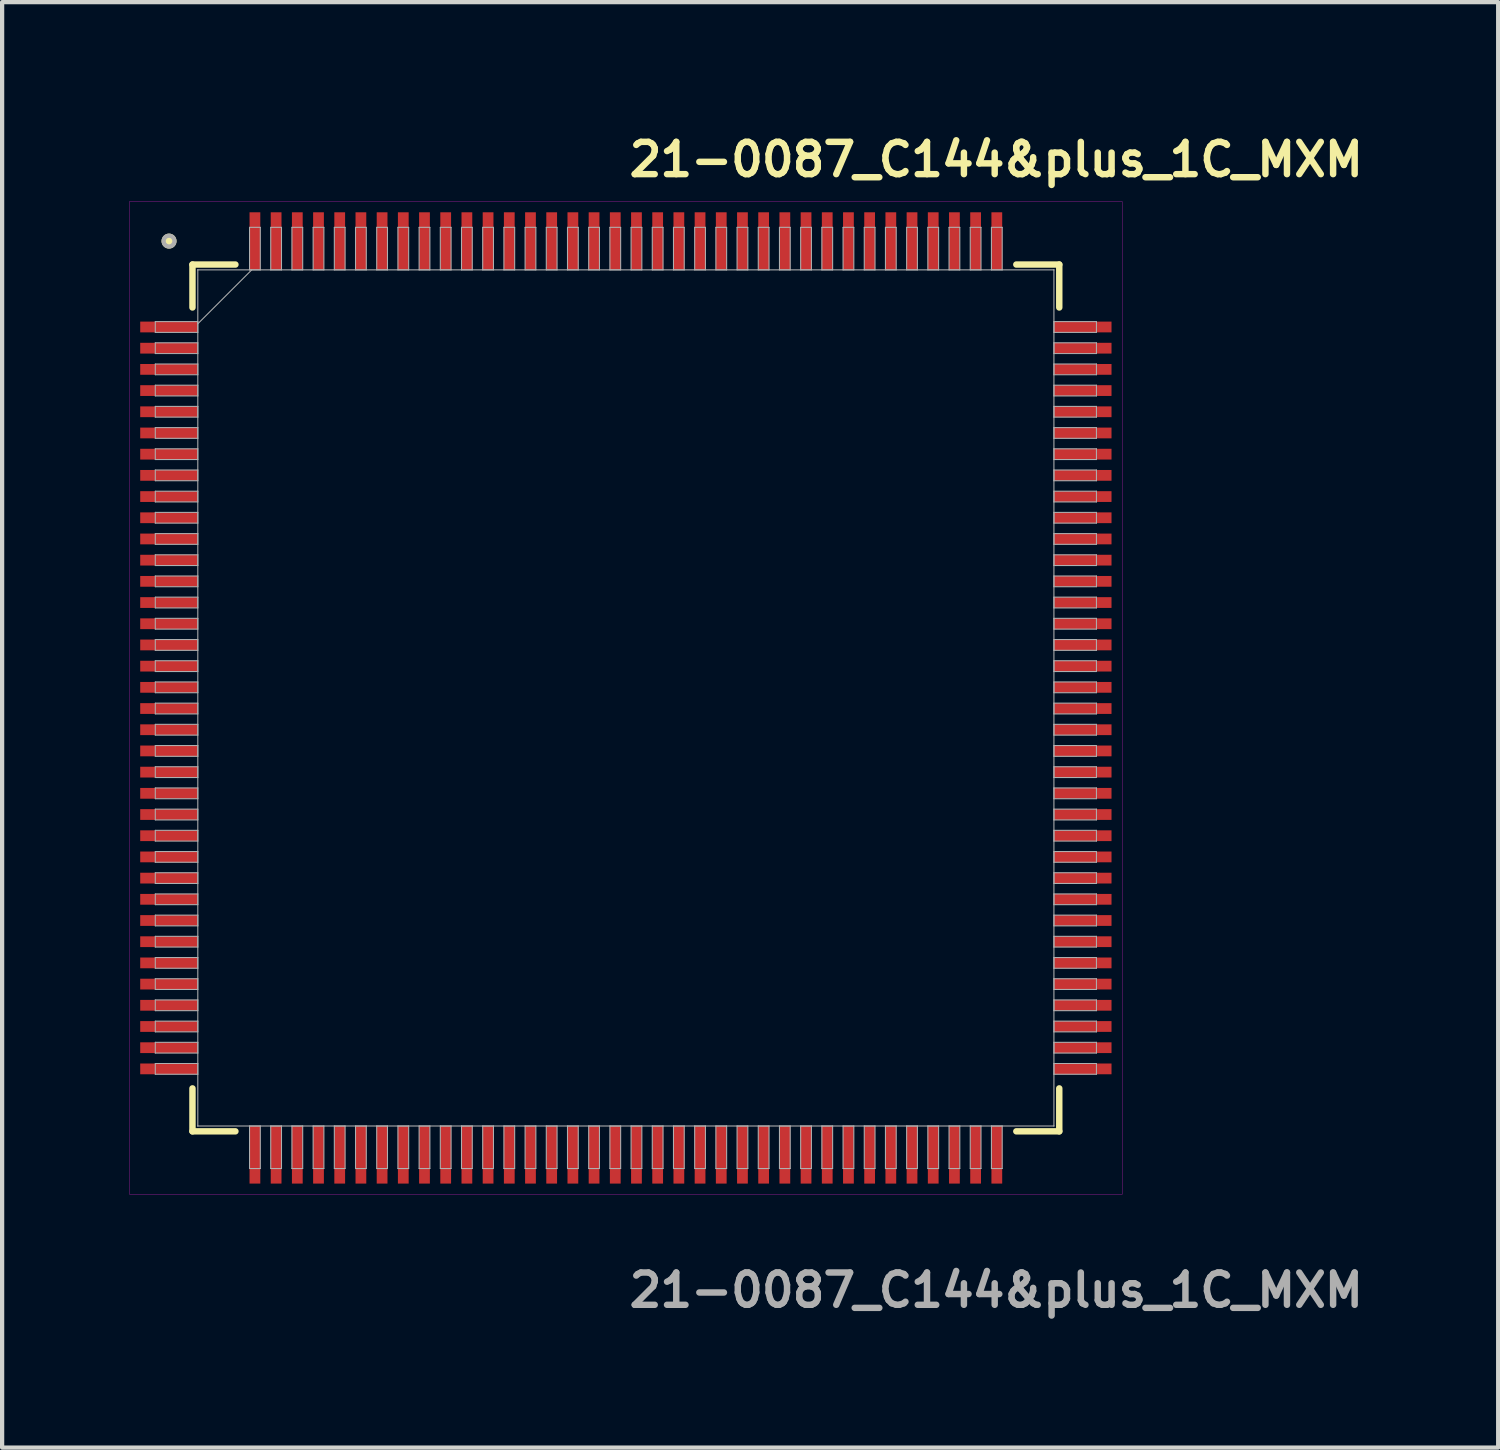
<source format=kicad_pcb>
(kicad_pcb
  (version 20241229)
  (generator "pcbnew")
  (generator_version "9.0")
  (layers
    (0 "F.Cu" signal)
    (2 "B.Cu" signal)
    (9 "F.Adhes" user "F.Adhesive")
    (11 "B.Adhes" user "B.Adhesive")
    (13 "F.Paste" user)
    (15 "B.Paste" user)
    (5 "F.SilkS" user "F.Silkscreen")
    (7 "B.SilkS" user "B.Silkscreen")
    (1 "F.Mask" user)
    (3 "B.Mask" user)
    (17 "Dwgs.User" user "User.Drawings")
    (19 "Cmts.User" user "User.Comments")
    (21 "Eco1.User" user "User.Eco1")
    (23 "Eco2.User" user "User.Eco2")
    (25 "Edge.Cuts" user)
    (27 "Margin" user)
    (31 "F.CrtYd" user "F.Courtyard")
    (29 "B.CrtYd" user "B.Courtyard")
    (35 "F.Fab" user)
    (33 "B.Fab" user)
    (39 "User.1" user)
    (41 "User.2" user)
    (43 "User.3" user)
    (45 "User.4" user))
  (footprint "21-0087_C144&plus_1C_MXM"
    (layer "F.Cu")
    (at 11.713 13.413)
    (property "Reference" "21-0087_C144&plus_1C_MXM" (at 0 -12.7 0) (unlocked yes) (layer "F.SilkS") (effects (font (size 0.762 0.762) (thickness 0.152) (bold yes)) (justify left)))
    (attr smd)
    (fp_line (start -10.223 -10.223) (end -10.223 -9.21) (stroke (width 0.152) (type solid)) (layer "F.SilkS"))
    (fp_line (start -10.223 9.21) (end -10.223 10.223) (stroke (width 0.152) (type solid)) (layer "F.SilkS"))
    (fp_line (start -10.223 10.223) (end -9.21 10.223) (stroke (width 0.152) (type solid)) (layer "F.SilkS"))
    (fp_line (start -9.21 -10.223) (end -10.223 -10.223) (stroke (width 0.152) (type solid)) (layer "F.SilkS"))
    (fp_line (start 9.21 10.223) (end 10.223 10.223) (stroke (width 0.152) (type solid)) (layer "F.SilkS"))
    (fp_line (start 10.223 -10.223) (end 9.21 -10.223) (stroke (width 0.152) (type solid)) (layer "F.SilkS"))
    (fp_line (start 10.223 -9.21) (end 10.223 -10.223) (stroke (width 0.152) (type solid)) (layer "F.SilkS"))
    (fp_line (start 10.223 10.223) (end 10.223 9.21) (stroke (width 0.152) (type solid)) (layer "F.SilkS"))
    (fp_circle (center -10.776 -10.776) (end -10.649 -10.776) (stroke (width 0.1) (type solid)) (fill yes) (layer "F.SilkS"))
    (fp_rect (start -11.709 -11.709) (end 11.709 11.709) (stroke (width 0.006) (type default)) (fill no) (layer "F.CrtYd"))
    (fp_line (start -11.1 -8.877) (end -11.1 -8.623) (stroke (width 0.025) (type solid)) (layer "F.Fab"))
    (fp_line (start -11.1 -8.623) (end -10.097 -8.623) (stroke (width 0.025) (type solid)) (layer "F.Fab"))
    (fp_line (start -11.1 -8.377) (end -11.1 -8.123) (stroke (width 0.025) (type solid)) (layer "F.Fab"))
    (fp_line (start -11.1 -8.123) (end -10.097 -8.123) (stroke (width 0.025) (type solid)) (layer "F.Fab"))
    (fp_line (start -11.1 -7.877) (end -11.1 -7.623) (stroke (width 0.025) (type solid)) (layer "F.Fab"))
    (fp_line (start -11.1 -7.623) (end -10.097 -7.623) (stroke (width 0.025) (type solid)) (layer "F.Fab"))
    (fp_line (start -11.1 -7.377) (end -11.1 -7.123) (stroke (width 0.025) (type solid)) (layer "F.Fab"))
    (fp_line (start -11.1 -7.123) (end -10.097 -7.123) (stroke (width 0.025) (type solid)) (layer "F.Fab"))
    (fp_line (start -11.1 -6.877) (end -11.1 -6.623) (stroke (width 0.025) (type solid)) (layer "F.Fab"))
    (fp_line (start -11.1 -6.623) (end -10.097 -6.623) (stroke (width 0.025) (type solid)) (layer "F.Fab"))
    (fp_line (start -11.1 -6.377) (end -11.1 -6.123) (stroke (width 0.025) (type solid)) (layer "F.Fab"))
    (fp_line (start -11.1 -6.123) (end -10.097 -6.123) (stroke (width 0.025) (type solid)) (layer "F.Fab"))
    (fp_line (start -11.1 -5.877) (end -11.1 -5.623) (stroke (width 0.025) (type solid)) (layer "F.Fab"))
    (fp_line (start -11.1 -5.623) (end -10.097 -5.623) (stroke (width 0.025) (type solid)) (layer "F.Fab"))
    (fp_line (start -11.1 -5.377) (end -11.1 -5.123) (stroke (width 0.025) (type solid)) (layer "F.Fab"))
    (fp_line (start -11.1 -5.123) (end -10.097 -5.123) (stroke (width 0.025) (type solid)) (layer "F.Fab"))
    (fp_line (start -11.1 -4.877) (end -11.1 -4.623) (stroke (width 0.025) (type solid)) (layer "F.Fab"))
    (fp_line (start -11.1 -4.623) (end -10.097 -4.623) (stroke (width 0.025) (type solid)) (layer "F.Fab"))
    (fp_line (start -11.1 -4.377) (end -11.1 -4.123) (stroke (width 0.025) (type solid)) (layer "F.Fab"))
    (fp_line (start -11.1 -4.123) (end -10.097 -4.123) (stroke (width 0.025) (type solid)) (layer "F.Fab"))
    (fp_line (start -11.1 -3.877) (end -11.1 -3.623) (stroke (width 0.025) (type solid)) (layer "F.Fab"))
    (fp_line (start -11.1 -3.623) (end -10.097 -3.623) (stroke (width 0.025) (type solid)) (layer "F.Fab"))
    (fp_line (start -11.1 -3.377) (end -11.1 -3.123) (stroke (width 0.025) (type solid)) (layer "F.Fab"))
    (fp_line (start -11.1 -3.123) (end -10.097 -3.123) (stroke (width 0.025) (type solid)) (layer "F.Fab"))
    (fp_line (start -11.1 -2.877) (end -11.1 -2.623) (stroke (width 0.025) (type solid)) (layer "F.Fab"))
    (fp_line (start -11.1 -2.623) (end -10.097 -2.623) (stroke (width 0.025) (type solid)) (layer "F.Fab"))
    (fp_line (start -11.1 -2.377) (end -11.1 -2.123) (stroke (width 0.025) (type solid)) (layer "F.Fab"))
    (fp_line (start -11.1 -2.123) (end -10.097 -2.123) (stroke (width 0.025) (type solid)) (layer "F.Fab"))
    (fp_line (start -11.1 -1.877) (end -11.1 -1.623) (stroke (width 0.025) (type solid)) (layer "F.Fab"))
    (fp_line (start -11.1 -1.623) (end -10.097 -1.623) (stroke (width 0.025) (type solid)) (layer "F.Fab"))
    (fp_line (start -11.1 -1.377) (end -11.1 -1.123) (stroke (width 0.025) (type solid)) (layer "F.Fab"))
    (fp_line (start -11.1 -1.123) (end -10.097 -1.123) (stroke (width 0.025) (type solid)) (layer "F.Fab"))
    (fp_line (start -11.1 -0.877) (end -11.1 -0.623) (stroke (width 0.025) (type solid)) (layer "F.Fab"))
    (fp_line (start -11.1 -0.623) (end -10.097 -0.623) (stroke (width 0.025) (type solid)) (layer "F.Fab"))
    (fp_line (start -11.1 -0.377) (end -11.1 -0.123) (stroke (width 0.025) (type solid)) (layer "F.Fab"))
    (fp_line (start -11.1 -0.123) (end -10.097 -0.123) (stroke (width 0.025) (type solid)) (layer "F.Fab"))
    (fp_line (start -11.1 0.123) (end -11.1 0.377) (stroke (width 0.025) (type solid)) (layer "F.Fab"))
    (fp_line (start -11.1 0.377) (end -10.097 0.377) (stroke (width 0.025) (type solid)) (layer "F.Fab"))
    (fp_line (start -11.1 0.623) (end -11.1 0.877) (stroke (width 0.025) (type solid)) (layer "F.Fab"))
    (fp_line (start -11.1 0.877) (end -10.097 0.877) (stroke (width 0.025) (type solid)) (layer "F.Fab"))
    (fp_line (start -11.1 1.123) (end -11.1 1.377) (stroke (width 0.025) (type solid)) (layer "F.Fab"))
    (fp_line (start -11.1 1.377) (end -10.097 1.377) (stroke (width 0.025) (type solid)) (layer "F.Fab"))
    (fp_line (start -11.1 1.623) (end -11.1 1.877) (stroke (width 0.025) (type solid)) (layer "F.Fab"))
    (fp_line (start -11.1 1.877) (end -10.097 1.877) (stroke (width 0.025) (type solid)) (layer "F.Fab"))
    (fp_line (start -11.1 2.123) (end -11.1 2.377) (stroke (width 0.025) (type solid)) (layer "F.Fab"))
    (fp_line (start -11.1 2.377) (end -10.097 2.377) (stroke (width 0.025) (type solid)) (layer "F.Fab"))
    (fp_line (start -11.1 2.623) (end -11.1 2.877) (stroke (width 0.025) (type solid)) (layer "F.Fab"))
    (fp_line (start -11.1 2.877) (end -10.097 2.877) (stroke (width 0.025) (type solid)) (layer "F.Fab"))
    (fp_line (start -11.1 3.123) (end -11.1 3.377) (stroke (width 0.025) (type solid)) (layer "F.Fab"))
    (fp_line (start -11.1 3.377) (end -10.097 3.377) (stroke (width 0.025) (type solid)) (layer "F.Fab"))
    (fp_line (start -11.1 3.623) (end -11.1 3.877) (stroke (width 0.025) (type solid)) (layer "F.Fab"))
    (fp_line (start -11.1 3.877) (end -10.097 3.877) (stroke (width 0.025) (type solid)) (layer "F.Fab"))
    (fp_line (start -11.1 4.123) (end -11.1 4.377) (stroke (width 0.025) (type solid)) (layer "F.Fab"))
    (fp_line (start -11.1 4.377) (end -10.097 4.377) (stroke (width 0.025) (type solid)) (layer "F.Fab"))
    (fp_line (start -11.1 4.623) (end -11.1 4.877) (stroke (width 0.025) (type solid)) (layer "F.Fab"))
    (fp_line (start -11.1 4.877) (end -10.097 4.877) (stroke (width 0.025) (type solid)) (layer "F.Fab"))
    (fp_line (start -11.1 5.123) (end -11.1 5.377) (stroke (width 0.025) (type solid)) (layer "F.Fab"))
    (fp_line (start -11.1 5.377) (end -10.097 5.377) (stroke (width 0.025) (type solid)) (layer "F.Fab"))
    (fp_line (start -11.1 5.623) (end -11.1 5.877) (stroke (width 0.025) (type solid)) (layer "F.Fab"))
    (fp_line (start -11.1 5.877) (end -10.097 5.877) (stroke (width 0.025) (type solid)) (layer "F.Fab"))
    (fp_line (start -11.1 6.123) (end -11.1 6.377) (stroke (width 0.025) (type solid)) (layer "F.Fab"))
    (fp_line (start -11.1 6.377) (end -10.097 6.377) (stroke (width 0.025) (type solid)) (layer "F.Fab"))
    (fp_line (start -11.1 6.623) (end -11.1 6.877) (stroke (width 0.025) (type solid)) (layer "F.Fab"))
    (fp_line (start -11.1 6.877) (end -10.097 6.877) (stroke (width 0.025) (type solid)) (layer "F.Fab"))
    (fp_line (start -11.1 7.123) (end -11.1 7.377) (stroke (width 0.025) (type solid)) (layer "F.Fab"))
    (fp_line (start -11.1 7.377) (end -10.097 7.377) (stroke (width 0.025) (type solid)) (layer "F.Fab"))
    (fp_line (start -11.1 7.623) (end -11.1 7.877) (stroke (width 0.025) (type solid)) (layer "F.Fab"))
    (fp_line (start -11.1 7.877) (end -10.097 7.877) (stroke (width 0.025) (type solid)) (layer "F.Fab"))
    (fp_line (start -11.1 8.123) (end -11.1 8.377) (stroke (width 0.025) (type solid)) (layer "F.Fab"))
    (fp_line (start -11.1 8.377) (end -10.097 8.377) (stroke (width 0.025) (type solid)) (layer "F.Fab"))
    (fp_line (start -11.1 8.623) (end -11.1 8.877) (stroke (width 0.025) (type solid)) (layer "F.Fab"))
    (fp_line (start -11.1 8.877) (end -10.097 8.877) (stroke (width 0.025) (type solid)) (layer "F.Fab"))
    (fp_line (start -10.097 -10.097) (end -10.097 -10.097) (stroke (width 0.025) (type solid)) (layer "F.Fab"))
    (fp_line (start -10.097 -10.097) (end -10.097 10.097) (stroke (width 0.025) (type solid)) (layer "F.Fab"))
    (fp_line (start -10.097 -8.877) (end -11.1 -8.877) (stroke (width 0.025) (type solid)) (layer "F.Fab"))
    (fp_line (start -10.097 -8.826) (end -8.826 -10.097) (stroke (width 0.025) (type solid)) (layer "F.Fab"))
    (fp_line (start -10.097 -8.623) (end -10.097 -8.877) (stroke (width 0.025) (type solid)) (layer "F.Fab"))
    (fp_line (start -10.097 -8.377) (end -11.1 -8.377) (stroke (width 0.025) (type solid)) (layer "F.Fab"))
    (fp_line (start -10.097 -8.123) (end -10.097 -8.377) (stroke (width 0.025) (type solid)) (layer "F.Fab"))
    (fp_line (start -10.097 -7.877) (end -11.1 -7.877) (stroke (width 0.025) (type solid)) (layer "F.Fab"))
    (fp_line (start -10.097 -7.623) (end -10.097 -7.877) (stroke (width 0.025) (type solid)) (layer "F.Fab"))
    (fp_line (start -10.097 -7.377) (end -11.1 -7.377) (stroke (width 0.025) (type solid)) (layer "F.Fab"))
    (fp_line (start -10.097 -7.123) (end -10.097 -7.377) (stroke (width 0.025) (type solid)) (layer "F.Fab"))
    (fp_line (start -10.097 -6.877) (end -11.1 -6.877) (stroke (width 0.025) (type solid)) (layer "F.Fab"))
    (fp_line (start -10.097 -6.623) (end -10.097 -6.877) (stroke (width 0.025) (type solid)) (layer "F.Fab"))
    (fp_line (start -10.097 -6.377) (end -11.1 -6.377) (stroke (width 0.025) (type solid)) (layer "F.Fab"))
    (fp_line (start -10.097 -6.123) (end -10.097 -6.377) (stroke (width 0.025) (type solid)) (layer "F.Fab"))
    (fp_line (start -10.097 -5.877) (end -11.1 -5.877) (stroke (width 0.025) (type solid)) (layer "F.Fab"))
    (fp_line (start -10.097 -5.623) (end -10.097 -5.877) (stroke (width 0.025) (type solid)) (layer "F.Fab"))
    (fp_line (start -10.097 -5.377) (end -11.1 -5.377) (stroke (width 0.025) (type solid)) (layer "F.Fab"))
    (fp_line (start -10.097 -5.123) (end -10.097 -5.377) (stroke (width 0.025) (type solid)) (layer "F.Fab"))
    (fp_line (start -10.097 -4.877) (end -11.1 -4.877) (stroke (width 0.025) (type solid)) (layer "F.Fab"))
    (fp_line (start -10.097 -4.623) (end -10.097 -4.877) (stroke (width 0.025) (type solid)) (layer "F.Fab"))
    (fp_line (start -10.097 -4.377) (end -11.1 -4.377) (stroke (width 0.025) (type solid)) (layer "F.Fab"))
    (fp_line (start -10.097 -4.123) (end -10.097 -4.377) (stroke (width 0.025) (type solid)) (layer "F.Fab"))
    (fp_line (start -10.097 -3.877) (end -11.1 -3.877) (stroke (width 0.025) (type solid)) (layer "F.Fab"))
    (fp_line (start -10.097 -3.623) (end -10.097 -3.877) (stroke (width 0.025) (type solid)) (layer "F.Fab"))
    (fp_line (start -10.097 -3.377) (end -11.1 -3.377) (stroke (width 0.025) (type solid)) (layer "F.Fab"))
    (fp_line (start -10.097 -3.123) (end -10.097 -3.377) (stroke (width 0.025) (type solid)) (layer "F.Fab"))
    (fp_line (start -10.097 -2.877) (end -11.1 -2.877) (stroke (width 0.025) (type solid)) (layer "F.Fab"))
    (fp_line (start -10.097 -2.623) (end -10.097 -2.877) (stroke (width 0.025) (type solid)) (layer "F.Fab"))
    (fp_line (start -10.097 -2.377) (end -11.1 -2.377) (stroke (width 0.025) (type solid)) (layer "F.Fab"))
    (fp_line (start -10.097 -2.123) (end -10.097 -2.377) (stroke (width 0.025) (type solid)) (layer "F.Fab"))
    (fp_line (start -10.097 -1.877) (end -11.1 -1.877) (stroke (width 0.025) (type solid)) (layer "F.Fab"))
    (fp_line (start -10.097 -1.623) (end -10.097 -1.877) (stroke (width 0.025) (type solid)) (layer "F.Fab"))
    (fp_line (start -10.097 -1.377) (end -11.1 -1.377) (stroke (width 0.025) (type solid)) (layer "F.Fab"))
    (fp_line (start -10.097 -1.123) (end -10.097 -1.377) (stroke (width 0.025) (type solid)) (layer "F.Fab"))
    (fp_line (start -10.097 -0.877) (end -11.1 -0.877) (stroke (width 0.025) (type solid)) (layer "F.Fab"))
    (fp_line (start -10.097 -0.623) (end -10.097 -0.877) (stroke (width 0.025) (type solid)) (layer "F.Fab"))
    (fp_line (start -10.097 -0.377) (end -11.1 -0.377) (stroke (width 0.025) (type solid)) (layer "F.Fab"))
    (fp_line (start -10.097 -0.123) (end -10.097 -0.377) (stroke (width 0.025) (type solid)) (layer "F.Fab"))
    (fp_line (start -10.097 0.123) (end -11.1 0.123) (stroke (width 0.025) (type solid)) (layer "F.Fab"))
    (fp_line (start -10.097 0.377) (end -10.097 0.123) (stroke (width 0.025) (type solid)) (layer "F.Fab"))
    (fp_line (start -10.097 0.623) (end -11.1 0.623) (stroke (width 0.025) (type solid)) (layer "F.Fab"))
    (fp_line (start -10.097 0.877) (end -10.097 0.623) (stroke (width 0.025) (type solid)) (layer "F.Fab"))
    (fp_line (start -10.097 1.123) (end -11.1 1.123) (stroke (width 0.025) (type solid)) (layer "F.Fab"))
    (fp_line (start -10.097 1.377) (end -10.097 1.123) (stroke (width 0.025) (type solid)) (layer "F.Fab"))
    (fp_line (start -10.097 1.623) (end -11.1 1.623) (stroke (width 0.025) (type solid)) (layer "F.Fab"))
    (fp_line (start -10.097 1.877) (end -10.097 1.623) (stroke (width 0.025) (type solid)) (layer "F.Fab"))
    (fp_line (start -10.097 2.123) (end -11.1 2.123) (stroke (width 0.025) (type solid)) (layer "F.Fab"))
    (fp_line (start -10.097 2.377) (end -10.097 2.123) (stroke (width 0.025) (type solid)) (layer "F.Fab"))
    (fp_line (start -10.097 2.623) (end -11.1 2.623) (stroke (width 0.025) (type solid)) (layer "F.Fab"))
    (fp_line (start -10.097 2.877) (end -10.097 2.623) (stroke (width 0.025) (type solid)) (layer "F.Fab"))
    (fp_line (start -10.097 3.123) (end -11.1 3.123) (stroke (width 0.025) (type solid)) (layer "F.Fab"))
    (fp_line (start -10.097 3.377) (end -10.097 3.123) (stroke (width 0.025) (type solid)) (layer "F.Fab"))
    (fp_line (start -10.097 3.623) (end -11.1 3.623) (stroke (width 0.025) (type solid)) (layer "F.Fab"))
    (fp_line (start -10.097 3.877) (end -10.097 3.623) (stroke (width 0.025) (type solid)) (layer "F.Fab"))
    (fp_line (start -10.097 4.123) (end -11.1 4.123) (stroke (width 0.025) (type solid)) (layer "F.Fab"))
    (fp_line (start -10.097 4.377) (end -10.097 4.123) (stroke (width 0.025) (type solid)) (layer "F.Fab"))
    (fp_line (start -10.097 4.623) (end -11.1 4.623) (stroke (width 0.025) (type solid)) (layer "F.Fab"))
    (fp_line (start -10.097 4.877) (end -10.097 4.623) (stroke (width 0.025) (type solid)) (layer "F.Fab"))
    (fp_line (start -10.097 5.123) (end -11.1 5.123) (stroke (width 0.025) (type solid)) (layer "F.Fab"))
    (fp_line (start -10.097 5.377) (end -10.097 5.123) (stroke (width 0.025) (type solid)) (layer "F.Fab"))
    (fp_line (start -10.097 5.623) (end -11.1 5.623) (stroke (width 0.025) (type solid)) (layer "F.Fab"))
    (fp_line (start -10.097 5.877) (end -10.097 5.623) (stroke (width 0.025) (type solid)) (layer "F.Fab"))
    (fp_line (start -10.097 6.123) (end -11.1 6.123) (stroke (width 0.025) (type solid)) (layer "F.Fab"))
    (fp_line (start -10.097 6.377) (end -10.097 6.123) (stroke (width 0.025) (type solid)) (layer "F.Fab"))
    (fp_line (start -10.097 6.623) (end -11.1 6.623) (stroke (width 0.025) (type solid)) (layer "F.Fab"))
    (fp_line (start -10.097 6.877) (end -10.097 6.623) (stroke (width 0.025) (type solid)) (layer "F.Fab"))
    (fp_line (start -10.097 7.123) (end -11.1 7.123) (stroke (width 0.025) (type solid)) (layer "F.Fab"))
    (fp_line (start -10.097 7.377) (end -10.097 7.123) (stroke (width 0.025) (type solid)) (layer "F.Fab"))
    (fp_line (start -10.097 7.623) (end -11.1 7.623) (stroke (width 0.025) (type solid)) (layer "F.Fab"))
    (fp_line (start -10.097 7.877) (end -10.097 7.623) (stroke (width 0.025) (type solid)) (layer "F.Fab"))
    (fp_line (start -10.097 8.123) (end -11.1 8.123) (stroke (width 0.025) (type solid)) (layer "F.Fab"))
    (fp_line (start -10.097 8.377) (end -10.097 8.123) (stroke (width 0.025) (type solid)) (layer "F.Fab"))
    (fp_line (start -10.097 8.623) (end -11.1 8.623) (stroke (width 0.025) (type solid)) (layer "F.Fab"))
    (fp_line (start -10.097 8.877) (end -10.097 8.623) (stroke (width 0.025) (type solid)) (layer "F.Fab"))
    (fp_line (start -10.097 10.097) (end -10.097 10.097) (stroke (width 0.025) (type solid)) (layer "F.Fab"))
    (fp_line (start -10.097 10.097) (end 10.097 10.097) (stroke (width 0.025) (type solid)) (layer "F.Fab"))
    (fp_line (start -8.877 -11.1) (end -8.877 -10.097) (stroke (width 0.025) (type solid)) (layer "F.Fab"))
    (fp_line (start -8.877 -10.097) (end -8.623 -10.097) (stroke (width 0.025) (type solid)) (layer "F.Fab"))
    (fp_line (start -8.877 10.097) (end -8.877 11.1) (stroke (width 0.025) (type solid)) (layer "F.Fab"))
    (fp_line (start -8.877 11.1) (end -8.623 11.1) (stroke (width 0.025) (type solid)) (layer "F.Fab"))
    (fp_line (start -8.623 -11.1) (end -8.877 -11.1) (stroke (width 0.025) (type solid)) (layer "F.Fab"))
    (fp_line (start -8.623 -10.097) (end -8.623 -11.1) (stroke (width 0.025) (type solid)) (layer "F.Fab"))
    (fp_line (start -8.623 10.097) (end -8.877 10.097) (stroke (width 0.025) (type solid)) (layer "F.Fab"))
    (fp_line (start -8.623 11.1) (end -8.623 10.097) (stroke (width 0.025) (type solid)) (layer "F.Fab"))
    (fp_line (start -8.377 -11.1) (end -8.377 -10.097) (stroke (width 0.025) (type solid)) (layer "F.Fab"))
    (fp_line (start -8.377 -10.097) (end -8.123 -10.097) (stroke (width 0.025) (type solid)) (layer "F.Fab"))
    (fp_line (start -8.377 10.097) (end -8.377 11.1) (stroke (width 0.025) (type solid)) (layer "F.Fab"))
    (fp_line (start -8.377 11.1) (end -8.123 11.1) (stroke (width 0.025) (type solid)) (layer "F.Fab"))
    (fp_line (start -8.123 -11.1) (end -8.377 -11.1) (stroke (width 0.025) (type solid)) (layer "F.Fab"))
    (fp_line (start -8.123 -10.097) (end -8.123 -11.1) (stroke (width 0.025) (type solid)) (layer "F.Fab"))
    (fp_line (start -8.123 10.097) (end -8.377 10.097) (stroke (width 0.025) (type solid)) (layer "F.Fab"))
    (fp_line (start -8.123 11.1) (end -8.123 10.097) (stroke (width 0.025) (type solid)) (layer "F.Fab"))
    (fp_line (start -7.877 -11.1) (end -7.877 -10.097) (stroke (width 0.025) (type solid)) (layer "F.Fab"))
    (fp_line (start -7.877 -10.097) (end -7.623 -10.097) (stroke (width 0.025) (type solid)) (layer "F.Fab"))
    (fp_line (start -7.877 10.097) (end -7.877 11.1) (stroke (width 0.025) (type solid)) (layer "F.Fab"))
    (fp_line (start -7.877 11.1) (end -7.623 11.1) (stroke (width 0.025) (type solid)) (layer "F.Fab"))
    (fp_line (start -7.623 -11.1) (end -7.877 -11.1) (stroke (width 0.025) (type solid)) (layer "F.Fab"))
    (fp_line (start -7.623 -10.097) (end -7.623 -11.1) (stroke (width 0.025) (type solid)) (layer "F.Fab"))
    (fp_line (start -7.623 10.097) (end -7.877 10.097) (stroke (width 0.025) (type solid)) (layer "F.Fab"))
    (fp_line (start -7.623 11.1) (end -7.623 10.097) (stroke (width 0.025) (type solid)) (layer "F.Fab"))
    (fp_line (start -7.377 -11.1) (end -7.377 -10.097) (stroke (width 0.025) (type solid)) (layer "F.Fab"))
    (fp_line (start -7.377 -10.097) (end -7.123 -10.097) (stroke (width 0.025) (type solid)) (layer "F.Fab"))
    (fp_line (start -7.377 10.097) (end -7.377 11.1) (stroke (width 0.025) (type solid)) (layer "F.Fab"))
    (fp_line (start -7.377 11.1) (end -7.123 11.1) (stroke (width 0.025) (type solid)) (layer "F.Fab"))
    (fp_line (start -7.123 -11.1) (end -7.377 -11.1) (stroke (width 0.025) (type solid)) (layer "F.Fab"))
    (fp_line (start -7.123 -10.097) (end -7.123 -11.1) (stroke (width 0.025) (type solid)) (layer "F.Fab"))
    (fp_line (start -7.123 10.097) (end -7.377 10.097) (stroke (width 0.025) (type solid)) (layer "F.Fab"))
    (fp_line (start -7.123 11.1) (end -7.123 10.097) (stroke (width 0.025) (type solid)) (layer "F.Fab"))
    (fp_line (start -6.877 -11.1) (end -6.877 -10.097) (stroke (width 0.025) (type solid)) (layer "F.Fab"))
    (fp_line (start -6.877 -10.097) (end -6.623 -10.097) (stroke (width 0.025) (type solid)) (layer "F.Fab"))
    (fp_line (start -6.877 10.097) (end -6.877 11.1) (stroke (width 0.025) (type solid)) (layer "F.Fab"))
    (fp_line (start -6.877 11.1) (end -6.623 11.1) (stroke (width 0.025) (type solid)) (layer "F.Fab"))
    (fp_line (start -6.623 -11.1) (end -6.877 -11.1) (stroke (width 0.025) (type solid)) (layer "F.Fab"))
    (fp_line (start -6.623 -10.097) (end -6.623 -11.1) (stroke (width 0.025) (type solid)) (layer "F.Fab"))
    (fp_line (start -6.623 10.097) (end -6.877 10.097) (stroke (width 0.025) (type solid)) (layer "F.Fab"))
    (fp_line (start -6.623 11.1) (end -6.623 10.097) (stroke (width 0.025) (type solid)) (layer "F.Fab"))
    (fp_line (start -6.377 -11.1) (end -6.377 -10.097) (stroke (width 0.025) (type solid)) (layer "F.Fab"))
    (fp_line (start -6.377 -10.097) (end -6.123 -10.097) (stroke (width 0.025) (type solid)) (layer "F.Fab"))
    (fp_line (start -6.377 10.097) (end -6.377 11.1) (stroke (width 0.025) (type solid)) (layer "F.Fab"))
    (fp_line (start -6.377 11.1) (end -6.123 11.1) (stroke (width 0.025) (type solid)) (layer "F.Fab"))
    (fp_line (start -6.123 -11.1) (end -6.377 -11.1) (stroke (width 0.025) (type solid)) (layer "F.Fab"))
    (fp_line (start -6.123 -10.097) (end -6.123 -11.1) (stroke (width 0.025) (type solid)) (layer "F.Fab"))
    (fp_line (start -6.123 10.097) (end -6.377 10.097) (stroke (width 0.025) (type solid)) (layer "F.Fab"))
    (fp_line (start -6.123 11.1) (end -6.123 10.097) (stroke (width 0.025) (type solid)) (layer "F.Fab"))
    (fp_line (start -5.877 -11.1) (end -5.877 -10.097) (stroke (width 0.025) (type solid)) (layer "F.Fab"))
    (fp_line (start -5.877 -10.097) (end -5.623 -10.097) (stroke (width 0.025) (type solid)) (layer "F.Fab"))
    (fp_line (start -5.877 10.097) (end -5.877 11.1) (stroke (width 0.025) (type solid)) (layer "F.Fab"))
    (fp_line (start -5.877 11.1) (end -5.623 11.1) (stroke (width 0.025) (type solid)) (layer "F.Fab"))
    (fp_line (start -5.623 -11.1) (end -5.877 -11.1) (stroke (width 0.025) (type solid)) (layer "F.Fab"))
    (fp_line (start -5.623 -10.097) (end -5.623 -11.1) (stroke (width 0.025) (type solid)) (layer "F.Fab"))
    (fp_line (start -5.623 10.097) (end -5.877 10.097) (stroke (width 0.025) (type solid)) (layer "F.Fab"))
    (fp_line (start -5.623 11.1) (end -5.623 10.097) (stroke (width 0.025) (type solid)) (layer "F.Fab"))
    (fp_line (start -5.377 -11.1) (end -5.377 -10.097) (stroke (width 0.025) (type solid)) (layer "F.Fab"))
    (fp_line (start -5.377 -10.097) (end -5.123 -10.097) (stroke (width 0.025) (type solid)) (layer "F.Fab"))
    (fp_line (start -5.377 10.097) (end -5.377 11.1) (stroke (width 0.025) (type solid)) (layer "F.Fab"))
    (fp_line (start -5.377 11.1) (end -5.123 11.1) (stroke (width 0.025) (type solid)) (layer "F.Fab"))
    (fp_line (start -5.123 -11.1) (end -5.377 -11.1) (stroke (width 0.025) (type solid)) (layer "F.Fab"))
    (fp_line (start -5.123 -10.097) (end -5.123 -11.1) (stroke (width 0.025) (type solid)) (layer "F.Fab"))
    (fp_line (start -5.123 10.097) (end -5.377 10.097) (stroke (width 0.025) (type solid)) (layer "F.Fab"))
    (fp_line (start -5.123 11.1) (end -5.123 10.097) (stroke (width 0.025) (type solid)) (layer "F.Fab"))
    (fp_line (start -4.877 -11.1) (end -4.877 -10.097) (stroke (width 0.025) (type solid)) (layer "F.Fab"))
    (fp_line (start -4.877 -10.097) (end -4.623 -10.097) (stroke (width 0.025) (type solid)) (layer "F.Fab"))
    (fp_line (start -4.877 10.097) (end -4.877 11.1) (stroke (width 0.025) (type solid)) (layer "F.Fab"))
    (fp_line (start -4.877 11.1) (end -4.623 11.1) (stroke (width 0.025) (type solid)) (layer "F.Fab"))
    (fp_line (start -4.623 -11.1) (end -4.877 -11.1) (stroke (width 0.025) (type solid)) (layer "F.Fab"))
    (fp_line (start -4.623 -10.097) (end -4.623 -11.1) (stroke (width 0.025) (type solid)) (layer "F.Fab"))
    (fp_line (start -4.623 10.097) (end -4.877 10.097) (stroke (width 0.025) (type solid)) (layer "F.Fab"))
    (fp_line (start -4.623 11.1) (end -4.623 10.097) (stroke (width 0.025) (type solid)) (layer "F.Fab"))
    (fp_line (start -4.377 -11.1) (end -4.377 -10.097) (stroke (width 0.025) (type solid)) (layer "F.Fab"))
    (fp_line (start -4.377 -10.097) (end -4.123 -10.097) (stroke (width 0.025) (type solid)) (layer "F.Fab"))
    (fp_line (start -4.377 10.097) (end -4.377 11.1) (stroke (width 0.025) (type solid)) (layer "F.Fab"))
    (fp_line (start -4.377 11.1) (end -4.123 11.1) (stroke (width 0.025) (type solid)) (layer "F.Fab"))
    (fp_line (start -4.123 -11.1) (end -4.377 -11.1) (stroke (width 0.025) (type solid)) (layer "F.Fab"))
    (fp_line (start -4.123 -10.097) (end -4.123 -11.1) (stroke (width 0.025) (type solid)) (layer "F.Fab"))
    (fp_line (start -4.123 10.097) (end -4.377 10.097) (stroke (width 0.025) (type solid)) (layer "F.Fab"))
    (fp_line (start -4.123 11.1) (end -4.123 10.097) (stroke (width 0.025) (type solid)) (layer "F.Fab"))
    (fp_line (start -3.877 -11.1) (end -3.877 -10.097) (stroke (width 0.025) (type solid)) (layer "F.Fab"))
    (fp_line (start -3.877 -10.097) (end -3.623 -10.097) (stroke (width 0.025) (type solid)) (layer "F.Fab"))
    (fp_line (start -3.877 10.097) (end -3.877 11.1) (stroke (width 0.025) (type solid)) (layer "F.Fab"))
    (fp_line (start -3.877 11.1) (end -3.623 11.1) (stroke (width 0.025) (type solid)) (layer "F.Fab"))
    (fp_line (start -3.623 -11.1) (end -3.877 -11.1) (stroke (width 0.025) (type solid)) (layer "F.Fab"))
    (fp_line (start -3.623 -10.097) (end -3.623 -11.1) (stroke (width 0.025) (type solid)) (layer "F.Fab"))
    (fp_line (start -3.623 10.097) (end -3.877 10.097) (stroke (width 0.025) (type solid)) (layer "F.Fab"))
    (fp_line (start -3.623 11.1) (end -3.623 10.097) (stroke (width 0.025) (type solid)) (layer "F.Fab"))
    (fp_line (start -3.377 -11.1) (end -3.377 -10.097) (stroke (width 0.025) (type solid)) (layer "F.Fab"))
    (fp_line (start -3.377 -10.097) (end -3.123 -10.097) (stroke (width 0.025) (type solid)) (layer "F.Fab"))
    (fp_line (start -3.377 10.097) (end -3.377 11.1) (stroke (width 0.025) (type solid)) (layer "F.Fab"))
    (fp_line (start -3.377 11.1) (end -3.123 11.1) (stroke (width 0.025) (type solid)) (layer "F.Fab"))
    (fp_line (start -3.123 -11.1) (end -3.377 -11.1) (stroke (width 0.025) (type solid)) (layer "F.Fab"))
    (fp_line (start -3.123 -10.097) (end -3.123 -11.1) (stroke (width 0.025) (type solid)) (layer "F.Fab"))
    (fp_line (start -3.123 10.097) (end -3.377 10.097) (stroke (width 0.025) (type solid)) (layer "F.Fab"))
    (fp_line (start -3.123 11.1) (end -3.123 10.097) (stroke (width 0.025) (type solid)) (layer "F.Fab"))
    (fp_line (start -2.877 -11.1) (end -2.877 -10.097) (stroke (width 0.025) (type solid)) (layer "F.Fab"))
    (fp_line (start -2.877 -10.097) (end -2.623 -10.097) (stroke (width 0.025) (type solid)) (layer "F.Fab"))
    (fp_line (start -2.877 10.097) (end -2.877 11.1) (stroke (width 0.025) (type solid)) (layer "F.Fab"))
    (fp_line (start -2.877 11.1) (end -2.623 11.1) (stroke (width 0.025) (type solid)) (layer "F.Fab"))
    (fp_line (start -2.623 -11.1) (end -2.877 -11.1) (stroke (width 0.025) (type solid)) (layer "F.Fab"))
    (fp_line (start -2.623 -10.097) (end -2.623 -11.1) (stroke (width 0.025) (type solid)) (layer "F.Fab"))
    (fp_line (start -2.623 10.097) (end -2.877 10.097) (stroke (width 0.025) (type solid)) (layer "F.Fab"))
    (fp_line (start -2.623 11.1) (end -2.623 10.097) (stroke (width 0.025) (type solid)) (layer "F.Fab"))
    (fp_line (start -2.377 -11.1) (end -2.377 -10.097) (stroke (width 0.025) (type solid)) (layer "F.Fab"))
    (fp_line (start -2.377 -10.097) (end -2.123 -10.097) (stroke (width 0.025) (type solid)) (layer "F.Fab"))
    (fp_line (start -2.377 10.097) (end -2.377 11.1) (stroke (width 0.025) (type solid)) (layer "F.Fab"))
    (fp_line (start -2.377 11.1) (end -2.123 11.1) (stroke (width 0.025) (type solid)) (layer "F.Fab"))
    (fp_line (start -2.123 -11.1) (end -2.377 -11.1) (stroke (width 0.025) (type solid)) (layer "F.Fab"))
    (fp_line (start -2.123 -10.097) (end -2.123 -11.1) (stroke (width 0.025) (type solid)) (layer "F.Fab"))
    (fp_line (start -2.123 10.097) (end -2.377 10.097) (stroke (width 0.025) (type solid)) (layer "F.Fab"))
    (fp_line (start -2.123 11.1) (end -2.123 10.097) (stroke (width 0.025) (type solid)) (layer "F.Fab"))
    (fp_line (start -1.877 -11.1) (end -1.877 -10.097) (stroke (width 0.025) (type solid)) (layer "F.Fab"))
    (fp_line (start -1.877 -10.097) (end -1.623 -10.097) (stroke (width 0.025) (type solid)) (layer "F.Fab"))
    (fp_line (start -1.877 10.097) (end -1.877 11.1) (stroke (width 0.025) (type solid)) (layer "F.Fab"))
    (fp_line (start -1.877 11.1) (end -1.623 11.1) (stroke (width 0.025) (type solid)) (layer "F.Fab"))
    (fp_line (start -1.623 -11.1) (end -1.877 -11.1) (stroke (width 0.025) (type solid)) (layer "F.Fab"))
    (fp_line (start -1.623 -10.097) (end -1.623 -11.1) (stroke (width 0.025) (type solid)) (layer "F.Fab"))
    (fp_line (start -1.623 10.097) (end -1.877 10.097) (stroke (width 0.025) (type solid)) (layer "F.Fab"))
    (fp_line (start -1.623 11.1) (end -1.623 10.097) (stroke (width 0.025) (type solid)) (layer "F.Fab"))
    (fp_line (start -1.377 -11.1) (end -1.377 -10.097) (stroke (width 0.025) (type solid)) (layer "F.Fab"))
    (fp_line (start -1.377 -10.097) (end -1.123 -10.097) (stroke (width 0.025) (type solid)) (layer "F.Fab"))
    (fp_line (start -1.377 10.097) (end -1.377 11.1) (stroke (width 0.025) (type solid)) (layer "F.Fab"))
    (fp_line (start -1.377 11.1) (end -1.123 11.1) (stroke (width 0.025) (type solid)) (layer "F.Fab"))
    (fp_line (start -1.123 -11.1) (end -1.377 -11.1) (stroke (width 0.025) (type solid)) (layer "F.Fab"))
    (fp_line (start -1.123 -10.097) (end -1.123 -11.1) (stroke (width 0.025) (type solid)) (layer "F.Fab"))
    (fp_line (start -1.123 10.097) (end -1.377 10.097) (stroke (width 0.025) (type solid)) (layer "F.Fab"))
    (fp_line (start -1.123 11.1) (end -1.123 10.097) (stroke (width 0.025) (type solid)) (layer "F.Fab"))
    (fp_line (start -0.877 -11.1) (end -0.877 -10.097) (stroke (width 0.025) (type solid)) (layer "F.Fab"))
    (fp_line (start -0.877 -10.097) (end -0.623 -10.097) (stroke (width 0.025) (type solid)) (layer "F.Fab"))
    (fp_line (start -0.877 10.097) (end -0.877 11.1) (stroke (width 0.025) (type solid)) (layer "F.Fab"))
    (fp_line (start -0.877 11.1) (end -0.623 11.1) (stroke (width 0.025) (type solid)) (layer "F.Fab"))
    (fp_line (start -0.623 -11.1) (end -0.877 -11.1) (stroke (width 0.025) (type solid)) (layer "F.Fab"))
    (fp_line (start -0.623 -10.097) (end -0.623 -11.1) (stroke (width 0.025) (type solid)) (layer "F.Fab"))
    (fp_line (start -0.623 10.097) (end -0.877 10.097) (stroke (width 0.025) (type solid)) (layer "F.Fab"))
    (fp_line (start -0.623 11.1) (end -0.623 10.097) (stroke (width 0.025) (type solid)) (layer "F.Fab"))
    (fp_line (start -0.377 -11.1) (end -0.377 -10.097) (stroke (width 0.025) (type solid)) (layer "F.Fab"))
    (fp_line (start -0.377 -10.097) (end -0.123 -10.097) (stroke (width 0.025) (type solid)) (layer "F.Fab"))
    (fp_line (start -0.377 10.097) (end -0.377 11.1) (stroke (width 0.025) (type solid)) (layer "F.Fab"))
    (fp_line (start -0.377 11.1) (end -0.123 11.1) (stroke (width 0.025) (type solid)) (layer "F.Fab"))
    (fp_line (start -0.123 -11.1) (end -0.377 -11.1) (stroke (width 0.025) (type solid)) (layer "F.Fab"))
    (fp_line (start -0.123 -10.097) (end -0.123 -11.1) (stroke (width 0.025) (type solid)) (layer "F.Fab"))
    (fp_line (start -0.123 10.097) (end -0.377 10.097) (stroke (width 0.025) (type solid)) (layer "F.Fab"))
    (fp_line (start -0.123 11.1) (end -0.123 10.097) (stroke (width 0.025) (type solid)) (layer "F.Fab"))
    (fp_line (start 0.123 -11.1) (end 0.123 -10.097) (stroke (width 0.025) (type solid)) (layer "F.Fab"))
    (fp_line (start 0.123 -10.097) (end 0.377 -10.097) (stroke (width 0.025) (type solid)) (layer "F.Fab"))
    (fp_line (start 0.123 10.097) (end 0.123 11.1) (stroke (width 0.025) (type solid)) (layer "F.Fab"))
    (fp_line (start 0.123 11.1) (end 0.377 11.1) (stroke (width 0.025) (type solid)) (layer "F.Fab"))
    (fp_line (start 0.377 -11.1) (end 0.123 -11.1) (stroke (width 0.025) (type solid)) (layer "F.Fab"))
    (fp_line (start 0.377 -10.097) (end 0.377 -11.1) (stroke (width 0.025) (type solid)) (layer "F.Fab"))
    (fp_line (start 0.377 10.097) (end 0.123 10.097) (stroke (width 0.025) (type solid)) (layer "F.Fab"))
    (fp_line (start 0.377 11.1) (end 0.377 10.097) (stroke (width 0.025) (type solid)) (layer "F.Fab"))
    (fp_line (start 0.623 -11.1) (end 0.623 -10.097) (stroke (width 0.025) (type solid)) (layer "F.Fab"))
    (fp_line (start 0.623 -10.097) (end 0.877 -10.097) (stroke (width 0.025) (type solid)) (layer "F.Fab"))
    (fp_line (start 0.623 10.097) (end 0.623 11.1) (stroke (width 0.025) (type solid)) (layer "F.Fab"))
    (fp_line (start 0.623 11.1) (end 0.877 11.1) (stroke (width 0.025) (type solid)) (layer "F.Fab"))
    (fp_line (start 0.877 -11.1) (end 0.623 -11.1) (stroke (width 0.025) (type solid)) (layer "F.Fab"))
    (fp_line (start 0.877 -10.097) (end 0.877 -11.1) (stroke (width 0.025) (type solid)) (layer "F.Fab"))
    (fp_line (start 0.877 10.097) (end 0.623 10.097) (stroke (width 0.025) (type solid)) (layer "F.Fab"))
    (fp_line (start 0.877 11.1) (end 0.877 10.097) (stroke (width 0.025) (type solid)) (layer "F.Fab"))
    (fp_line (start 1.123 -11.1) (end 1.123 -10.097) (stroke (width 0.025) (type solid)) (layer "F.Fab"))
    (fp_line (start 1.123 -10.097) (end 1.377 -10.097) (stroke (width 0.025) (type solid)) (layer "F.Fab"))
    (fp_line (start 1.123 10.097) (end 1.123 11.1) (stroke (width 0.025) (type solid)) (layer "F.Fab"))
    (fp_line (start 1.123 11.1) (end 1.377 11.1) (stroke (width 0.025) (type solid)) (layer "F.Fab"))
    (fp_line (start 1.377 -11.1) (end 1.123 -11.1) (stroke (width 0.025) (type solid)) (layer "F.Fab"))
    (fp_line (start 1.377 -10.097) (end 1.377 -11.1) (stroke (width 0.025) (type solid)) (layer "F.Fab"))
    (fp_line (start 1.377 10.097) (end 1.123 10.097) (stroke (width 0.025) (type solid)) (layer "F.Fab"))
    (fp_line (start 1.377 11.1) (end 1.377 10.097) (stroke (width 0.025) (type solid)) (layer "F.Fab"))
    (fp_line (start 1.623 -11.1) (end 1.623 -10.097) (stroke (width 0.025) (type solid)) (layer "F.Fab"))
    (fp_line (start 1.623 -10.097) (end 1.877 -10.097) (stroke (width 0.025) (type solid)) (layer "F.Fab"))
    (fp_line (start 1.623 10.097) (end 1.623 11.1) (stroke (width 0.025) (type solid)) (layer "F.Fab"))
    (fp_line (start 1.623 11.1) (end 1.877 11.1) (stroke (width 0.025) (type solid)) (layer "F.Fab"))
    (fp_line (start 1.877 -11.1) (end 1.623 -11.1) (stroke (width 0.025) (type solid)) (layer "F.Fab"))
    (fp_line (start 1.877 -10.097) (end 1.877 -11.1) (stroke (width 0.025) (type solid)) (layer "F.Fab"))
    (fp_line (start 1.877 10.097) (end 1.623 10.097) (stroke (width 0.025) (type solid)) (layer "F.Fab"))
    (fp_line (start 1.877 11.1) (end 1.877 10.097) (stroke (width 0.025) (type solid)) (layer "F.Fab"))
    (fp_line (start 2.123 -11.1) (end 2.123 -10.097) (stroke (width 0.025) (type solid)) (layer "F.Fab"))
    (fp_line (start 2.123 -10.097) (end 2.377 -10.097) (stroke (width 0.025) (type solid)) (layer "F.Fab"))
    (fp_line (start 2.123 10.097) (end 2.123 11.1) (stroke (width 0.025) (type solid)) (layer "F.Fab"))
    (fp_line (start 2.123 11.1) (end 2.377 11.1) (stroke (width 0.025) (type solid)) (layer "F.Fab"))
    (fp_line (start 2.377 -11.1) (end 2.123 -11.1) (stroke (width 0.025) (type solid)) (layer "F.Fab"))
    (fp_line (start 2.377 -10.097) (end 2.377 -11.1) (stroke (width 0.025) (type solid)) (layer "F.Fab"))
    (fp_line (start 2.377 10.097) (end 2.123 10.097) (stroke (width 0.025) (type solid)) (layer "F.Fab"))
    (fp_line (start 2.377 11.1) (end 2.377 10.097) (stroke (width 0.025) (type solid)) (layer "F.Fab"))
    (fp_line (start 2.623 -11.1) (end 2.623 -10.097) (stroke (width 0.025) (type solid)) (layer "F.Fab"))
    (fp_line (start 2.623 -10.097) (end 2.877 -10.097) (stroke (width 0.025) (type solid)) (layer "F.Fab"))
    (fp_line (start 2.623 10.097) (end 2.623 11.1) (stroke (width 0.025) (type solid)) (layer "F.Fab"))
    (fp_line (start 2.623 11.1) (end 2.877 11.1) (stroke (width 0.025) (type solid)) (layer "F.Fab"))
    (fp_line (start 2.877 -11.1) (end 2.623 -11.1) (stroke (width 0.025) (type solid)) (layer "F.Fab"))
    (fp_line (start 2.877 -10.097) (end 2.877 -11.1) (stroke (width 0.025) (type solid)) (layer "F.Fab"))
    (fp_line (start 2.877 10.097) (end 2.623 10.097) (stroke (width 0.025) (type solid)) (layer "F.Fab"))
    (fp_line (start 2.877 11.1) (end 2.877 10.097) (stroke (width 0.025) (type solid)) (layer "F.Fab"))
    (fp_line (start 3.123 -11.1) (end 3.123 -10.097) (stroke (width 0.025) (type solid)) (layer "F.Fab"))
    (fp_line (start 3.123 -10.097) (end 3.377 -10.097) (stroke (width 0.025) (type solid)) (layer "F.Fab"))
    (fp_line (start 3.123 10.097) (end 3.123 11.1) (stroke (width 0.025) (type solid)) (layer "F.Fab"))
    (fp_line (start 3.123 11.1) (end 3.377 11.1) (stroke (width 0.025) (type solid)) (layer "F.Fab"))
    (fp_line (start 3.377 -11.1) (end 3.123 -11.1) (stroke (width 0.025) (type solid)) (layer "F.Fab"))
    (fp_line (start 3.377 -10.097) (end 3.377 -11.1) (stroke (width 0.025) (type solid)) (layer "F.Fab"))
    (fp_line (start 3.377 10.097) (end 3.123 10.097) (stroke (width 0.025) (type solid)) (layer "F.Fab"))
    (fp_line (start 3.377 11.1) (end 3.377 10.097) (stroke (width 0.025) (type solid)) (layer "F.Fab"))
    (fp_line (start 3.623 -11.1) (end 3.623 -10.097) (stroke (width 0.025) (type solid)) (layer "F.Fab"))
    (fp_line (start 3.623 -10.097) (end 3.877 -10.097) (stroke (width 0.025) (type solid)) (layer "F.Fab"))
    (fp_line (start 3.623 10.097) (end 3.623 11.1) (stroke (width 0.025) (type solid)) (layer "F.Fab"))
    (fp_line (start 3.623 11.1) (end 3.877 11.1) (stroke (width 0.025) (type solid)) (layer "F.Fab"))
    (fp_line (start 3.877 -11.1) (end 3.623 -11.1) (stroke (width 0.025) (type solid)) (layer "F.Fab"))
    (fp_line (start 3.877 -10.097) (end 3.877 -11.1) (stroke (width 0.025) (type solid)) (layer "F.Fab"))
    (fp_line (start 3.877 10.097) (end 3.623 10.097) (stroke (width 0.025) (type solid)) (layer "F.Fab"))
    (fp_line (start 3.877 11.1) (end 3.877 10.097) (stroke (width 0.025) (type solid)) (layer "F.Fab"))
    (fp_line (start 4.123 -11.1) (end 4.123 -10.097) (stroke (width 0.025) (type solid)) (layer "F.Fab"))
    (fp_line (start 4.123 -10.097) (end 4.377 -10.097) (stroke (width 0.025) (type solid)) (layer "F.Fab"))
    (fp_line (start 4.123 10.097) (end 4.123 11.1) (stroke (width 0.025) (type solid)) (layer "F.Fab"))
    (fp_line (start 4.123 11.1) (end 4.377 11.1) (stroke (width 0.025) (type solid)) (layer "F.Fab"))
    (fp_line (start 4.377 -11.1) (end 4.123 -11.1) (stroke (width 0.025) (type solid)) (layer "F.Fab"))
    (fp_line (start 4.377 -10.097) (end 4.377 -11.1) (stroke (width 0.025) (type solid)) (layer "F.Fab"))
    (fp_line (start 4.377 10.097) (end 4.123 10.097) (stroke (width 0.025) (type solid)) (layer "F.Fab"))
    (fp_line (start 4.377 11.1) (end 4.377 10.097) (stroke (width 0.025) (type solid)) (layer "F.Fab"))
    (fp_line (start 4.623 -11.1) (end 4.623 -10.097) (stroke (width 0.025) (type solid)) (layer "F.Fab"))
    (fp_line (start 4.623 -10.097) (end 4.877 -10.097) (stroke (width 0.025) (type solid)) (layer "F.Fab"))
    (fp_line (start 4.623 10.097) (end 4.623 11.1) (stroke (width 0.025) (type solid)) (layer "F.Fab"))
    (fp_line (start 4.623 11.1) (end 4.877 11.1) (stroke (width 0.025) (type solid)) (layer "F.Fab"))
    (fp_line (start 4.877 -11.1) (end 4.623 -11.1) (stroke (width 0.025) (type solid)) (layer "F.Fab"))
    (fp_line (start 4.877 -10.097) (end 4.877 -11.1) (stroke (width 0.025) (type solid)) (layer "F.Fab"))
    (fp_line (start 4.877 10.097) (end 4.623 10.097) (stroke (width 0.025) (type solid)) (layer "F.Fab"))
    (fp_line (start 4.877 11.1) (end 4.877 10.097) (stroke (width 0.025) (type solid)) (layer "F.Fab"))
    (fp_line (start 5.123 -11.1) (end 5.123 -10.097) (stroke (width 0.025) (type solid)) (layer "F.Fab"))
    (fp_line (start 5.123 -10.097) (end 5.377 -10.097) (stroke (width 0.025) (type solid)) (layer "F.Fab"))
    (fp_line (start 5.123 10.097) (end 5.123 11.1) (stroke (width 0.025) (type solid)) (layer "F.Fab"))
    (fp_line (start 5.123 11.1) (end 5.377 11.1) (stroke (width 0.025) (type solid)) (layer "F.Fab"))
    (fp_line (start 5.377 -11.1) (end 5.123 -11.1) (stroke (width 0.025) (type solid)) (layer "F.Fab"))
    (fp_line (start 5.377 -10.097) (end 5.377 -11.1) (stroke (width 0.025) (type solid)) (layer "F.Fab"))
    (fp_line (start 5.377 10.097) (end 5.123 10.097) (stroke (width 0.025) (type solid)) (layer "F.Fab"))
    (fp_line (start 5.377 11.1) (end 5.377 10.097) (stroke (width 0.025) (type solid)) (layer "F.Fab"))
    (fp_line (start 5.623 -11.1) (end 5.623 -10.097) (stroke (width 0.025) (type solid)) (layer "F.Fab"))
    (fp_line (start 5.623 -10.097) (end 5.877 -10.097) (stroke (width 0.025) (type solid)) (layer "F.Fab"))
    (fp_line (start 5.623 10.097) (end 5.623 11.1) (stroke (width 0.025) (type solid)) (layer "F.Fab"))
    (fp_line (start 5.623 11.1) (end 5.877 11.1) (stroke (width 0.025) (type solid)) (layer "F.Fab"))
    (fp_line (start 5.877 -11.1) (end 5.623 -11.1) (stroke (width 0.025) (type solid)) (layer "F.Fab"))
    (fp_line (start 5.877 -10.097) (end 5.877 -11.1) (stroke (width 0.025) (type solid)) (layer "F.Fab"))
    (fp_line (start 5.877 10.097) (end 5.623 10.097) (stroke (width 0.025) (type solid)) (layer "F.Fab"))
    (fp_line (start 5.877 11.1) (end 5.877 10.097) (stroke (width 0.025) (type solid)) (layer "F.Fab"))
    (fp_line (start 6.123 -11.1) (end 6.123 -10.097) (stroke (width 0.025) (type solid)) (layer "F.Fab"))
    (fp_line (start 6.123 -10.097) (end 6.377 -10.097) (stroke (width 0.025) (type solid)) (layer "F.Fab"))
    (fp_line (start 6.123 10.097) (end 6.123 11.1) (stroke (width 0.025) (type solid)) (layer "F.Fab"))
    (fp_line (start 6.123 11.1) (end 6.377 11.1) (stroke (width 0.025) (type solid)) (layer "F.Fab"))
    (fp_line (start 6.377 -11.1) (end 6.123 -11.1) (stroke (width 0.025) (type solid)) (layer "F.Fab"))
    (fp_line (start 6.377 -10.097) (end 6.377 -11.1) (stroke (width 0.025) (type solid)) (layer "F.Fab"))
    (fp_line (start 6.377 10.097) (end 6.123 10.097) (stroke (width 0.025) (type solid)) (layer "F.Fab"))
    (fp_line (start 6.377 11.1) (end 6.377 10.097) (stroke (width 0.025) (type solid)) (layer "F.Fab"))
    (fp_line (start 6.623 -11.1) (end 6.623 -10.097) (stroke (width 0.025) (type solid)) (layer "F.Fab"))
    (fp_line (start 6.623 -10.097) (end 6.877 -10.097) (stroke (width 0.025) (type solid)) (layer "F.Fab"))
    (fp_line (start 6.623 10.097) (end 6.623 11.1) (stroke (width 0.025) (type solid)) (layer "F.Fab"))
    (fp_line (start 6.623 11.1) (end 6.877 11.1) (stroke (width 0.025) (type solid)) (layer "F.Fab"))
    (fp_line (start 6.877 -11.1) (end 6.623 -11.1) (stroke (width 0.025) (type solid)) (layer "F.Fab"))
    (fp_line (start 6.877 -10.097) (end 6.877 -11.1) (stroke (width 0.025) (type solid)) (layer "F.Fab"))
    (fp_line (start 6.877 10.097) (end 6.623 10.097) (stroke (width 0.025) (type solid)) (layer "F.Fab"))
    (fp_line (start 6.877 11.1) (end 6.877 10.097) (stroke (width 0.025) (type solid)) (layer "F.Fab"))
    (fp_line (start 7.123 -11.1) (end 7.123 -10.097) (stroke (width 0.025) (type solid)) (layer "F.Fab"))
    (fp_line (start 7.123 -10.097) (end 7.377 -10.097) (stroke (width 0.025) (type solid)) (layer "F.Fab"))
    (fp_line (start 7.123 10.097) (end 7.123 11.1) (stroke (width 0.025) (type solid)) (layer "F.Fab"))
    (fp_line (start 7.123 11.1) (end 7.377 11.1) (stroke (width 0.025) (type solid)) (layer "F.Fab"))
    (fp_line (start 7.377 -11.1) (end 7.123 -11.1) (stroke (width 0.025) (type solid)) (layer "F.Fab"))
    (fp_line (start 7.377 -10.097) (end 7.377 -11.1) (stroke (width 0.025) (type solid)) (layer "F.Fab"))
    (fp_line (start 7.377 10.097) (end 7.123 10.097) (stroke (width 0.025) (type solid)) (layer "F.Fab"))
    (fp_line (start 7.377 11.1) (end 7.377 10.097) (stroke (width 0.025) (type solid)) (layer "F.Fab"))
    (fp_line (start 7.623 -11.1) (end 7.623 -10.097) (stroke (width 0.025) (type solid)) (layer "F.Fab"))
    (fp_line (start 7.623 -10.097) (end 7.877 -10.097) (stroke (width 0.025) (type solid)) (layer "F.Fab"))
    (fp_line (start 7.623 10.097) (end 7.623 11.1) (stroke (width 0.025) (type solid)) (layer "F.Fab"))
    (fp_line (start 7.623 11.1) (end 7.877 11.1) (stroke (width 0.025) (type solid)) (layer "F.Fab"))
    (fp_line (start 7.877 -11.1) (end 7.623 -11.1) (stroke (width 0.025) (type solid)) (layer "F.Fab"))
    (fp_line (start 7.877 -10.097) (end 7.877 -11.1) (stroke (width 0.025) (type solid)) (layer "F.Fab"))
    (fp_line (start 7.877 10.097) (end 7.623 10.097) (stroke (width 0.025) (type solid)) (layer "F.Fab"))
    (fp_line (start 7.877 11.1) (end 7.877 10.097) (stroke (width 0.025) (type solid)) (layer "F.Fab"))
    (fp_line (start 8.123 -11.1) (end 8.123 -10.097) (stroke (width 0.025) (type solid)) (layer "F.Fab"))
    (fp_line (start 8.123 -10.097) (end 8.377 -10.097) (stroke (width 0.025) (type solid)) (layer "F.Fab"))
    (fp_line (start 8.123 10.097) (end 8.123 11.1) (stroke (width 0.025) (type solid)) (layer "F.Fab"))
    (fp_line (start 8.123 11.1) (end 8.377 11.1) (stroke (width 0.025) (type solid)) (layer "F.Fab"))
    (fp_line (start 8.377 -11.1) (end 8.123 -11.1) (stroke (width 0.025) (type solid)) (layer "F.Fab"))
    (fp_line (start 8.377 -10.097) (end 8.377 -11.1) (stroke (width 0.025) (type solid)) (layer "F.Fab"))
    (fp_line (start 8.377 10.097) (end 8.123 10.097) (stroke (width 0.025) (type solid)) (layer "F.Fab"))
    (fp_line (start 8.377 11.1) (end 8.377 10.097) (stroke (width 0.025) (type solid)) (layer "F.Fab"))
    (fp_line (start 8.623 -11.1) (end 8.623 -10.097) (stroke (width 0.025) (type solid)) (layer "F.Fab"))
    (fp_line (start 8.623 -10.097) (end 8.877 -10.097) (stroke (width 0.025) (type solid)) (layer "F.Fab"))
    (fp_line (start 8.623 10.097) (end 8.623 11.1) (stroke (width 0.025) (type solid)) (layer "F.Fab"))
    (fp_line (start 8.623 11.1) (end 8.877 11.1) (stroke (width 0.025) (type solid)) (layer "F.Fab"))
    (fp_line (start 8.877 -11.1) (end 8.623 -11.1) (stroke (width 0.025) (type solid)) (layer "F.Fab"))
    (fp_line (start 8.877 -10.097) (end 8.877 -11.1) (stroke (width 0.025) (type solid)) (layer "F.Fab"))
    (fp_line (start 8.877 10.097) (end 8.623 10.097) (stroke (width 0.025) (type solid)) (layer "F.Fab"))
    (fp_line (start 8.877 11.1) (end 8.877 10.097) (stroke (width 0.025) (type solid)) (layer "F.Fab"))
    (fp_line (start 10.097 -10.097) (end -10.097 -10.097) (stroke (width 0.025) (type solid)) (layer "F.Fab"))
    (fp_line (start 10.097 -10.097) (end 10.097 -10.097) (stroke (width 0.025) (type solid)) (layer "F.Fab"))
    (fp_line (start 10.097 -8.877) (end 10.097 -8.623) (stroke (width 0.025) (type solid)) (layer "F.Fab"))
    (fp_line (start 10.097 -8.623) (end 11.1 -8.623) (stroke (width 0.025) (type solid)) (layer "F.Fab"))
    (fp_line (start 10.097 -8.377) (end 10.097 -8.123) (stroke (width 0.025) (type solid)) (layer "F.Fab"))
    (fp_line (start 10.097 -8.123) (end 11.1 -8.123) (stroke (width 0.025) (type solid)) (layer "F.Fab"))
    (fp_line (start 10.097 -7.877) (end 10.097 -7.623) (stroke (width 0.025) (type solid)) (layer "F.Fab"))
    (fp_line (start 10.097 -7.623) (end 11.1 -7.623) (stroke (width 0.025) (type solid)) (layer "F.Fab"))
    (fp_line (start 10.097 -7.377) (end 10.097 -7.123) (stroke (width 0.025) (type solid)) (layer "F.Fab"))
    (fp_line (start 10.097 -7.123) (end 11.1 -7.123) (stroke (width 0.025) (type solid)) (layer "F.Fab"))
    (fp_line (start 10.097 -6.877) (end 10.097 -6.623) (stroke (width 0.025) (type solid)) (layer "F.Fab"))
    (fp_line (start 10.097 -6.623) (end 11.1 -6.623) (stroke (width 0.025) (type solid)) (layer "F.Fab"))
    (fp_line (start 10.097 -6.377) (end 10.097 -6.123) (stroke (width 0.025) (type solid)) (layer "F.Fab"))
    (fp_line (start 10.097 -6.123) (end 11.1 -6.123) (stroke (width 0.025) (type solid)) (layer "F.Fab"))
    (fp_line (start 10.097 -5.877) (end 10.097 -5.623) (stroke (width 0.025) (type solid)) (layer "F.Fab"))
    (fp_line (start 10.097 -5.623) (end 11.1 -5.623) (stroke (width 0.025) (type solid)) (layer "F.Fab"))
    (fp_line (start 10.097 -5.377) (end 10.097 -5.123) (stroke (width 0.025) (type solid)) (layer "F.Fab"))
    (fp_line (start 10.097 -5.123) (end 11.1 -5.123) (stroke (width 0.025) (type solid)) (layer "F.Fab"))
    (fp_line (start 10.097 -4.877) (end 10.097 -4.623) (stroke (width 0.025) (type solid)) (layer "F.Fab"))
    (fp_line (start 10.097 -4.623) (end 11.1 -4.623) (stroke (width 0.025) (type solid)) (layer "F.Fab"))
    (fp_line (start 10.097 -4.377) (end 10.097 -4.123) (stroke (width 0.025) (type solid)) (layer "F.Fab"))
    (fp_line (start 10.097 -4.123) (end 11.1 -4.123) (stroke (width 0.025) (type solid)) (layer "F.Fab"))
    (fp_line (start 10.097 -3.877) (end 10.097 -3.623) (stroke (width 0.025) (type solid)) (layer "F.Fab"))
    (fp_line (start 10.097 -3.623) (end 11.1 -3.623) (stroke (width 0.025) (type solid)) (layer "F.Fab"))
    (fp_line (start 10.097 -3.377) (end 10.097 -3.123) (stroke (width 0.025) (type solid)) (layer "F.Fab"))
    (fp_line (start 10.097 -3.123) (end 11.1 -3.123) (stroke (width 0.025) (type solid)) (layer "F.Fab"))
    (fp_line (start 10.097 -2.877) (end 10.097 -2.623) (stroke (width 0.025) (type solid)) (layer "F.Fab"))
    (fp_line (start 10.097 -2.623) (end 11.1 -2.623) (stroke (width 0.025) (type solid)) (layer "F.Fab"))
    (fp_line (start 10.097 -2.377) (end 10.097 -2.123) (stroke (width 0.025) (type solid)) (layer "F.Fab"))
    (fp_line (start 10.097 -2.123) (end 11.1 -2.123) (stroke (width 0.025) (type solid)) (layer "F.Fab"))
    (fp_line (start 10.097 -1.877) (end 10.097 -1.623) (stroke (width 0.025) (type solid)) (layer "F.Fab"))
    (fp_line (start 10.097 -1.623) (end 11.1 -1.623) (stroke (width 0.025) (type solid)) (layer "F.Fab"))
    (fp_line (start 10.097 -1.377) (end 10.097 -1.123) (stroke (width 0.025) (type solid)) (layer "F.Fab"))
    (fp_line (start 10.097 -1.123) (end 11.1 -1.123) (stroke (width 0.025) (type solid)) (layer "F.Fab"))
    (fp_line (start 10.097 -0.877) (end 10.097 -0.623) (stroke (width 0.025) (type solid)) (layer "F.Fab"))
    (fp_line (start 10.097 -0.623) (end 11.1 -0.623) (stroke (width 0.025) (type solid)) (layer "F.Fab"))
    (fp_line (start 10.097 -0.377) (end 10.097 -0.123) (stroke (width 0.025) (type solid)) (layer "F.Fab"))
    (fp_line (start 10.097 -0.123) (end 11.1 -0.123) (stroke (width 0.025) (type solid)) (layer "F.Fab"))
    (fp_line (start 10.097 0.123) (end 10.097 0.377) (stroke (width 0.025) (type solid)) (layer "F.Fab"))
    (fp_line (start 10.097 0.377) (end 11.1 0.377) (stroke (width 0.025) (type solid)) (layer "F.Fab"))
    (fp_line (start 10.097 0.623) (end 10.097 0.877) (stroke (width 0.025) (type solid)) (layer "F.Fab"))
    (fp_line (start 10.097 0.877) (end 11.1 0.877) (stroke (width 0.025) (type solid)) (layer "F.Fab"))
    (fp_line (start 10.097 1.123) (end 10.097 1.377) (stroke (width 0.025) (type solid)) (layer "F.Fab"))
    (fp_line (start 10.097 1.377) (end 11.1 1.377) (stroke (width 0.025) (type solid)) (layer "F.Fab"))
    (fp_line (start 10.097 1.623) (end 10.097 1.877) (stroke (width 0.025) (type solid)) (layer "F.Fab"))
    (fp_line (start 10.097 1.877) (end 11.1 1.877) (stroke (width 0.025) (type solid)) (layer "F.Fab"))
    (fp_line (start 10.097 2.123) (end 10.097 2.377) (stroke (width 0.025) (type solid)) (layer "F.Fab"))
    (fp_line (start 10.097 2.377) (end 11.1 2.377) (stroke (width 0.025) (type solid)) (layer "F.Fab"))
    (fp_line (start 10.097 2.623) (end 10.097 2.877) (stroke (width 0.025) (type solid)) (layer "F.Fab"))
    (fp_line (start 10.097 2.877) (end 11.1 2.877) (stroke (width 0.025) (type solid)) (layer "F.Fab"))
    (fp_line (start 10.097 3.123) (end 10.097 3.377) (stroke (width 0.025) (type solid)) (layer "F.Fab"))
    (fp_line (start 10.097 3.377) (end 11.1 3.377) (stroke (width 0.025) (type solid)) (layer "F.Fab"))
    (fp_line (start 10.097 3.623) (end 10.097 3.877) (stroke (width 0.025) (type solid)) (layer "F.Fab"))
    (fp_line (start 10.097 3.877) (end 11.1 3.877) (stroke (width 0.025) (type solid)) (layer "F.Fab"))
    (fp_line (start 10.097 4.123) (end 10.097 4.377) (stroke (width 0.025) (type solid)) (layer "F.Fab"))
    (fp_line (start 10.097 4.377) (end 11.1 4.377) (stroke (width 0.025) (type solid)) (layer "F.Fab"))
    (fp_line (start 10.097 4.623) (end 10.097 4.877) (stroke (width 0.025) (type solid)) (layer "F.Fab"))
    (fp_line (start 10.097 4.877) (end 11.1 4.877) (stroke (width 0.025) (type solid)) (layer "F.Fab"))
    (fp_line (start 10.097 5.123) (end 10.097 5.377) (stroke (width 0.025) (type solid)) (layer "F.Fab"))
    (fp_line (start 10.097 5.377) (end 11.1 5.377) (stroke (width 0.025) (type solid)) (layer "F.Fab"))
    (fp_line (start 10.097 5.623) (end 10.097 5.877) (stroke (width 0.025) (type solid)) (layer "F.Fab"))
    (fp_line (start 10.097 5.877) (end 11.1 5.877) (stroke (width 0.025) (type solid)) (layer "F.Fab"))
    (fp_line (start 10.097 6.123) (end 10.097 6.377) (stroke (width 0.025) (type solid)) (layer "F.Fab"))
    (fp_line (start 10.097 6.377) (end 11.1 6.377) (stroke (width 0.025) (type solid)) (layer "F.Fab"))
    (fp_line (start 10.097 6.623) (end 10.097 6.877) (stroke (width 0.025) (type solid)) (layer "F.Fab"))
    (fp_line (start 10.097 6.877) (end 11.1 6.877) (stroke (width 0.025) (type solid)) (layer "F.Fab"))
    (fp_line (start 10.097 7.123) (end 10.097 7.377) (stroke (width 0.025) (type solid)) (layer "F.Fab"))
    (fp_line (start 10.097 7.377) (end 11.1 7.377) (stroke (width 0.025) (type solid)) (layer "F.Fab"))
    (fp_line (start 10.097 7.623) (end 10.097 7.877) (stroke (width 0.025) (type solid)) (layer "F.Fab"))
    (fp_line (start 10.097 7.877) (end 11.1 7.877) (stroke (width 0.025) (type solid)) (layer "F.Fab"))
    (fp_line (start 10.097 8.123) (end 10.097 8.377) (stroke (width 0.025) (type solid)) (layer "F.Fab"))
    (fp_line (start 10.097 8.377) (end 11.1 8.377) (stroke (width 0.025) (type solid)) (layer "F.Fab"))
    (fp_line (start 10.097 8.623) (end 10.097 8.877) (stroke (width 0.025) (type solid)) (layer "F.Fab"))
    (fp_line (start 10.097 8.877) (end 11.1 8.877) (stroke (width 0.025) (type solid)) (layer "F.Fab"))
    (fp_line (start 10.097 10.097) (end 10.097 -10.097) (stroke (width 0.025) (type solid)) (layer "F.Fab"))
    (fp_line (start 10.097 10.097) (end 10.097 10.097) (stroke (width 0.025) (type solid)) (layer "F.Fab"))
    (fp_line (start 11.1 -8.877) (end 10.097 -8.877) (stroke (width 0.025) (type solid)) (layer "F.Fab"))
    (fp_line (start 11.1 -8.623) (end 11.1 -8.877) (stroke (width 0.025) (type solid)) (layer "F.Fab"))
    (fp_line (start 11.1 -8.377) (end 10.097 -8.377) (stroke (width 0.025) (type solid)) (layer "F.Fab"))
    (fp_line (start 11.1 -8.123) (end 11.1 -8.377) (stroke (width 0.025) (type solid)) (layer "F.Fab"))
    (fp_line (start 11.1 -7.877) (end 10.097 -7.877) (stroke (width 0.025) (type solid)) (layer "F.Fab"))
    (fp_line (start 11.1 -7.623) (end 11.1 -7.877) (stroke (width 0.025) (type solid)) (layer "F.Fab"))
    (fp_line (start 11.1 -7.377) (end 10.097 -7.377) (stroke (width 0.025) (type solid)) (layer "F.Fab"))
    (fp_line (start 11.1 -7.123) (end 11.1 -7.377) (stroke (width 0.025) (type solid)) (layer "F.Fab"))
    (fp_line (start 11.1 -6.877) (end 10.097 -6.877) (stroke (width 0.025) (type solid)) (layer "F.Fab"))
    (fp_line (start 11.1 -6.623) (end 11.1 -6.877) (stroke (width 0.025) (type solid)) (layer "F.Fab"))
    (fp_line (start 11.1 -6.377) (end 10.097 -6.377) (stroke (width 0.025) (type solid)) (layer "F.Fab"))
    (fp_line (start 11.1 -6.123) (end 11.1 -6.377) (stroke (width 0.025) (type solid)) (layer "F.Fab"))
    (fp_line (start 11.1 -5.877) (end 10.097 -5.877) (stroke (width 0.025) (type solid)) (layer "F.Fab"))
    (fp_line (start 11.1 -5.623) (end 11.1 -5.877) (stroke (width 0.025) (type solid)) (layer "F.Fab"))
    (fp_line (start 11.1 -5.377) (end 10.097 -5.377) (stroke (width 0.025) (type solid)) (layer "F.Fab"))
    (fp_line (start 11.1 -5.123) (end 11.1 -5.377) (stroke (width 0.025) (type solid)) (layer "F.Fab"))
    (fp_line (start 11.1 -4.877) (end 10.097 -4.877) (stroke (width 0.025) (type solid)) (layer "F.Fab"))
    (fp_line (start 11.1 -4.623) (end 11.1 -4.877) (stroke (width 0.025) (type solid)) (layer "F.Fab"))
    (fp_line (start 11.1 -4.377) (end 10.097 -4.377) (stroke (width 0.025) (type solid)) (layer "F.Fab"))
    (fp_line (start 11.1 -4.123) (end 11.1 -4.377) (stroke (width 0.025) (type solid)) (layer "F.Fab"))
    (fp_line (start 11.1 -3.877) (end 10.097 -3.877) (stroke (width 0.025) (type solid)) (layer "F.Fab"))
    (fp_line (start 11.1 -3.623) (end 11.1 -3.877) (stroke (width 0.025) (type solid)) (layer "F.Fab"))
    (fp_line (start 11.1 -3.377) (end 10.097 -3.377) (stroke (width 0.025) (type solid)) (layer "F.Fab"))
    (fp_line (start 11.1 -3.123) (end 11.1 -3.377) (stroke (width 0.025) (type solid)) (layer "F.Fab"))
    (fp_line (start 11.1 -2.877) (end 10.097 -2.877) (stroke (width 0.025) (type solid)) (layer "F.Fab"))
    (fp_line (start 11.1 -2.623) (end 11.1 -2.877) (stroke (width 0.025) (type solid)) (layer "F.Fab"))
    (fp_line (start 11.1 -2.377) (end 10.097 -2.377) (stroke (width 0.025) (type solid)) (layer "F.Fab"))
    (fp_line (start 11.1 -2.123) (end 11.1 -2.377) (stroke (width 0.025) (type solid)) (layer "F.Fab"))
    (fp_line (start 11.1 -1.877) (end 10.097 -1.877) (stroke (width 0.025) (type solid)) (layer "F.Fab"))
    (fp_line (start 11.1 -1.623) (end 11.1 -1.877) (stroke (width 0.025) (type solid)) (layer "F.Fab"))
    (fp_line (start 11.1 -1.377) (end 10.097 -1.377) (stroke (width 0.025) (type solid)) (layer "F.Fab"))
    (fp_line (start 11.1 -1.123) (end 11.1 -1.377) (stroke (width 0.025) (type solid)) (layer "F.Fab"))
    (fp_line (start 11.1 -0.877) (end 10.097 -0.877) (stroke (width 0.025) (type solid)) (layer "F.Fab"))
    (fp_line (start 11.1 -0.623) (end 11.1 -0.877) (stroke (width 0.025) (type solid)) (layer "F.Fab"))
    (fp_line (start 11.1 -0.377) (end 10.097 -0.377) (stroke (width 0.025) (type solid)) (layer "F.Fab"))
    (fp_line (start 11.1 -0.123) (end 11.1 -0.377) (stroke (width 0.025) (type solid)) (layer "F.Fab"))
    (fp_line (start 11.1 0.123) (end 10.097 0.123) (stroke (width 0.025) (type solid)) (layer "F.Fab"))
    (fp_line (start 11.1 0.377) (end 11.1 0.123) (stroke (width 0.025) (type solid)) (layer "F.Fab"))
    (fp_line (start 11.1 0.623) (end 10.097 0.623) (stroke (width 0.025) (type solid)) (layer "F.Fab"))
    (fp_line (start 11.1 0.877) (end 11.1 0.623) (stroke (width 0.025) (type solid)) (layer "F.Fab"))
    (fp_line (start 11.1 1.123) (end 10.097 1.123) (stroke (width 0.025) (type solid)) (layer "F.Fab"))
    (fp_line (start 11.1 1.377) (end 11.1 1.123) (stroke (width 0.025) (type solid)) (layer "F.Fab"))
    (fp_line (start 11.1 1.623) (end 10.097 1.623) (stroke (width 0.025) (type solid)) (layer "F.Fab"))
    (fp_line (start 11.1 1.877) (end 11.1 1.623) (stroke (width 0.025) (type solid)) (layer "F.Fab"))
    (fp_line (start 11.1 2.123) (end 10.097 2.123) (stroke (width 0.025) (type solid)) (layer "F.Fab"))
    (fp_line (start 11.1 2.377) (end 11.1 2.123) (stroke (width 0.025) (type solid)) (layer "F.Fab"))
    (fp_line (start 11.1 2.623) (end 10.097 2.623) (stroke (width 0.025) (type solid)) (layer "F.Fab"))
    (fp_line (start 11.1 2.877) (end 11.1 2.623) (stroke (width 0.025) (type solid)) (layer "F.Fab"))
    (fp_line (start 11.1 3.123) (end 10.097 3.123) (stroke (width 0.025) (type solid)) (layer "F.Fab"))
    (fp_line (start 11.1 3.377) (end 11.1 3.123) (stroke (width 0.025) (type solid)) (layer "F.Fab"))
    (fp_line (start 11.1 3.623) (end 10.097 3.623) (stroke (width 0.025) (type solid)) (layer "F.Fab"))
    (fp_line (start 11.1 3.877) (end 11.1 3.623) (stroke (width 0.025) (type solid)) (layer "F.Fab"))
    (fp_line (start 11.1 4.123) (end 10.097 4.123) (stroke (width 0.025) (type solid)) (layer "F.Fab"))
    (fp_line (start 11.1 4.377) (end 11.1 4.123) (stroke (width 0.025) (type solid)) (layer "F.Fab"))
    (fp_line (start 11.1 4.623) (end 10.097 4.623) (stroke (width 0.025) (type solid)) (layer "F.Fab"))
    (fp_line (start 11.1 4.877) (end 11.1 4.623) (stroke (width 0.025) (type solid)) (layer "F.Fab"))
    (fp_line (start 11.1 5.123) (end 10.097 5.123) (stroke (width 0.025) (type solid)) (layer "F.Fab"))
    (fp_line (start 11.1 5.377) (end 11.1 5.123) (stroke (width 0.025) (type solid)) (layer "F.Fab"))
    (fp_line (start 11.1 5.623) (end 10.097 5.623) (stroke (width 0.025) (type solid)) (layer "F.Fab"))
    (fp_line (start 11.1 5.877) (end 11.1 5.623) (stroke (width 0.025) (type solid)) (layer "F.Fab"))
    (fp_line (start 11.1 6.123) (end 10.097 6.123) (stroke (width 0.025) (type solid)) (layer "F.Fab"))
    (fp_line (start 11.1 6.377) (end 11.1 6.123) (stroke (width 0.025) (type solid)) (layer "F.Fab"))
    (fp_line (start 11.1 6.623) (end 10.097 6.623) (stroke (width 0.025) (type solid)) (layer "F.Fab"))
    (fp_line (start 11.1 6.877) (end 11.1 6.623) (stroke (width 0.025) (type solid)) (layer "F.Fab"))
    (fp_line (start 11.1 7.123) (end 10.097 7.123) (stroke (width 0.025) (type solid)) (layer "F.Fab"))
    (fp_line (start 11.1 7.377) (end 11.1 7.123) (stroke (width 0.025) (type solid)) (layer "F.Fab"))
    (fp_line (start 11.1 7.623) (end 10.097 7.623) (stroke (width 0.025) (type solid)) (layer "F.Fab"))
    (fp_line (start 11.1 7.877) (end 11.1 7.623) (stroke (width 0.025) (type solid)) (layer "F.Fab"))
    (fp_line (start 11.1 8.123) (end 10.097 8.123) (stroke (width 0.025) (type solid)) (layer "F.Fab"))
    (fp_line (start 11.1 8.377) (end 11.1 8.123) (stroke (width 0.025) (type solid)) (layer "F.Fab"))
    (fp_line (start 11.1 8.623) (end 10.097 8.623) (stroke (width 0.025) (type solid)) (layer "F.Fab"))
    (fp_line (start 11.1 8.877) (end 11.1 8.623) (stroke (width 0.025) (type solid)) (layer "F.Fab"))
    (fp_circle (center -10.776 -10.776) (end -10.649 -10.776) (stroke (width 0.1) (type solid)) (fill no) (layer "F.Fab"))
    (fp_text user "${REFERENCE}" (at 0 13.97 0) (unlocked yes) (layer "F.Fab") (effects (font (size 0.762 0.762) (thickness 0.152) (bold yes)) (justify left)))
    (pad "1" smd rect (at -10.776 -8.75 90) (size 0.254 1.359) (layers "F.Cu" "F.Mask" "F.Paste"))
    (pad "2" smd rect (at -10.776 -8.25 90) (size 0.254 1.359) (layers "F.Cu" "F.Mask" "F.Paste"))
    (pad "3" smd rect (at -10.776 -7.75 90) (size 0.254 1.359) (layers "F.Cu" "F.Mask" "F.Paste"))
    (pad "4" smd rect (at -10.776 -7.25 90) (size 0.254 1.359) (layers "F.Cu" "F.Mask" "F.Paste"))
    (pad "5" smd rect (at -10.776 -6.75 90) (size 0.254 1.359) (layers "F.Cu" "F.Mask" "F.Paste"))
    (pad "6" smd rect (at -10.776 -6.25 90) (size 0.254 1.359) (layers "F.Cu" "F.Mask" "F.Paste"))
    (pad "7" smd rect (at -10.776 -5.75 90) (size 0.254 1.359) (layers "F.Cu" "F.Mask" "F.Paste"))
    (pad "8" smd rect (at -10.776 -5.25 90) (size 0.254 1.359) (layers "F.Cu" "F.Mask" "F.Paste"))
    (pad "9" smd rect (at -10.776 -4.75 90) (size 0.254 1.359) (layers "F.Cu" "F.Mask" "F.Paste"))
    (pad "10" smd rect (at -10.776 -4.25 90) (size 0.254 1.359) (layers "F.Cu" "F.Mask" "F.Paste"))
    (pad "11" smd rect (at -10.776 -3.75 90) (size 0.254 1.359) (layers "F.Cu" "F.Mask" "F.Paste"))
    (pad "12" smd rect (at -10.776 -3.25 90) (size 0.254 1.359) (layers "F.Cu" "F.Mask" "F.Paste"))
    (pad "13" smd rect (at -10.776 -2.75 90) (size 0.254 1.359) (layers "F.Cu" "F.Mask" "F.Paste"))
    (pad "14" smd rect (at -10.776 -2.25 90) (size 0.254 1.359) (layers "F.Cu" "F.Mask" "F.Paste"))
    (pad "15" smd rect (at -10.776 -1.75 90) (size 0.254 1.359) (layers "F.Cu" "F.Mask" "F.Paste"))
    (pad "16" smd rect (at -10.776 -1.25 90) (size 0.254 1.359) (layers "F.Cu" "F.Mask" "F.Paste"))
    (pad "17" smd rect (at -10.776 -0.75 90) (size 0.254 1.359) (layers "F.Cu" "F.Mask" "F.Paste"))
    (pad "18" smd rect (at -10.776 -0.25 90) (size 0.254 1.359) (layers "F.Cu" "F.Mask" "F.Paste"))
    (pad "19" smd rect (at -10.776 0.25 90) (size 0.254 1.359) (layers "F.Cu" "F.Mask" "F.Paste"))
    (pad "20" smd rect (at -10.776 0.75 90) (size 0.254 1.359) (layers "F.Cu" "F.Mask" "F.Paste"))
    (pad "21" smd rect (at -10.776 1.25 90) (size 0.254 1.359) (layers "F.Cu" "F.Mask" "F.Paste"))
    (pad "22" smd rect (at -10.776 1.75 90) (size 0.254 1.359) (layers "F.Cu" "F.Mask" "F.Paste"))
    (pad "23" smd rect (at -10.776 2.25 90) (size 0.254 1.359) (layers "F.Cu" "F.Mask" "F.Paste"))
    (pad "24" smd rect (at -10.776 2.75 90) (size 0.254 1.359) (layers "F.Cu" "F.Mask" "F.Paste"))
    (pad "25" smd rect (at -10.776 3.25 90) (size 0.254 1.359) (layers "F.Cu" "F.Mask" "F.Paste"))
    (pad "26" smd rect (at -10.776 3.75 90) (size 0.254 1.359) (layers "F.Cu" "F.Mask" "F.Paste"))
    (pad "27" smd rect (at -10.776 4.25 90) (size 0.254 1.359) (layers "F.Cu" "F.Mask" "F.Paste"))
    (pad "28" smd rect (at -10.776 4.75 90) (size 0.254 1.359) (layers "F.Cu" "F.Mask" "F.Paste"))
    (pad "29" smd rect (at -10.776 5.25 90) (size 0.254 1.359) (layers "F.Cu" "F.Mask" "F.Paste"))
    (pad "30" smd rect (at -10.776 5.75 90) (size 0.254 1.359) (layers "F.Cu" "F.Mask" "F.Paste"))
    (pad "31" smd rect (at -10.776 6.25 90) (size 0.254 1.359) (layers "F.Cu" "F.Mask" "F.Paste"))
    (pad "32" smd rect (at -10.776 6.75 90) (size 0.254 1.359) (layers "F.Cu" "F.Mask" "F.Paste"))
    (pad "33" smd rect (at -10.776 7.25 90) (size 0.254 1.359) (layers "F.Cu" "F.Mask" "F.Paste"))
    (pad "34" smd rect (at -10.776 7.75 90) (size 0.254 1.359) (layers "F.Cu" "F.Mask" "F.Paste"))
    (pad "35" smd rect (at -10.776 8.25 90) (size 0.254 1.359) (layers "F.Cu" "F.Mask" "F.Paste"))
    (pad "36" smd rect (at -10.776 8.75 90) (size 0.254 1.359) (layers "F.Cu" "F.Mask" "F.Paste"))
    (pad "37" smd rect (at -8.75 10.776) (size 0.254 1.359) (layers "F.Cu" "F.Mask" "F.Paste"))
    (pad "38" smd rect (at -8.25 10.776) (size 0.254 1.359) (layers "F.Cu" "F.Mask" "F.Paste"))
    (pad "39" smd rect (at -7.75 10.776) (size 0.254 1.359) (layers "F.Cu" "F.Mask" "F.Paste"))
    (pad "40" smd rect (at -7.25 10.776) (size 0.254 1.359) (layers "F.Cu" "F.Mask" "F.Paste"))
    (pad "41" smd rect (at -6.75 10.776) (size 0.254 1.359) (layers "F.Cu" "F.Mask" "F.Paste"))
    (pad "42" smd rect (at -6.25 10.776) (size 0.254 1.359) (layers "F.Cu" "F.Mask" "F.Paste"))
    (pad "43" smd rect (at -5.75 10.776) (size 0.254 1.359) (layers "F.Cu" "F.Mask" "F.Paste"))
    (pad "44" smd rect (at -5.25 10.776) (size 0.254 1.359) (layers "F.Cu" "F.Mask" "F.Paste"))
    (pad "45" smd rect (at -4.75 10.776) (size 0.254 1.359) (layers "F.Cu" "F.Mask" "F.Paste"))
    (pad "46" smd rect (at -4.25 10.776) (size 0.254 1.359) (layers "F.Cu" "F.Mask" "F.Paste"))
    (pad "47" smd rect (at -3.75 10.776) (size 0.254 1.359) (layers "F.Cu" "F.Mask" "F.Paste"))
    (pad "48" smd rect (at -3.25 10.776) (size 0.254 1.359) (layers "F.Cu" "F.Mask" "F.Paste"))
    (pad "49" smd rect (at -2.75 10.776) (size 0.254 1.359) (layers "F.Cu" "F.Mask" "F.Paste"))
    (pad "50" smd rect (at -2.25 10.776) (size 0.254 1.359) (layers "F.Cu" "F.Mask" "F.Paste"))
    (pad "51" smd rect (at -1.75 10.776) (size 0.254 1.359) (layers "F.Cu" "F.Mask" "F.Paste"))
    (pad "52" smd rect (at -1.25 10.776) (size 0.254 1.359) (layers "F.Cu" "F.Mask" "F.Paste"))
    (pad "53" smd rect (at -0.75 10.776) (size 0.254 1.359) (layers "F.Cu" "F.Mask" "F.Paste"))
    (pad "54" smd rect (at -0.25 10.776) (size 0.254 1.359) (layers "F.Cu" "F.Mask" "F.Paste"))
    (pad "55" smd rect (at 0.25 10.776) (size 0.254 1.359) (layers "F.Cu" "F.Mask" "F.Paste"))
    (pad "56" smd rect (at 0.75 10.776) (size 0.254 1.359) (layers "F.Cu" "F.Mask" "F.Paste"))
    (pad "57" smd rect (at 1.25 10.776) (size 0.254 1.359) (layers "F.Cu" "F.Mask" "F.Paste"))
    (pad "58" smd rect (at 1.75 10.776) (size 0.254 1.359) (layers "F.Cu" "F.Mask" "F.Paste"))
    (pad "59" smd rect (at 2.25 10.776) (size 0.254 1.359) (layers "F.Cu" "F.Mask" "F.Paste"))
    (pad "60" smd rect (at 2.75 10.776) (size 0.254 1.359) (layers "F.Cu" "F.Mask" "F.Paste"))
    (pad "61" smd rect (at 3.25 10.776) (size 0.254 1.359) (layers "F.Cu" "F.Mask" "F.Paste"))
    (pad "62" smd rect (at 3.75 10.776) (size 0.254 1.359) (layers "F.Cu" "F.Mask" "F.Paste"))
    (pad "63" smd rect (at 4.25 10.776) (size 0.254 1.359) (layers "F.Cu" "F.Mask" "F.Paste"))
    (pad "64" smd rect (at 4.75 10.776) (size 0.254 1.359) (layers "F.Cu" "F.Mask" "F.Paste"))
    (pad "65" smd rect (at 5.25 10.776) (size 0.254 1.359) (layers "F.Cu" "F.Mask" "F.Paste"))
    (pad "66" smd rect (at 5.75 10.776) (size 0.254 1.359) (layers "F.Cu" "F.Mask" "F.Paste"))
    (pad "67" smd rect (at 6.25 10.776) (size 0.254 1.359) (layers "F.Cu" "F.Mask" "F.Paste"))
    (pad "68" smd rect (at 6.75 10.776) (size 0.254 1.359) (layers "F.Cu" "F.Mask" "F.Paste"))
    (pad "69" smd rect (at 7.25 10.776) (size 0.254 1.359) (layers "F.Cu" "F.Mask" "F.Paste"))
    (pad "70" smd rect (at 7.75 10.776) (size 0.254 1.359) (layers "F.Cu" "F.Mask" "F.Paste"))
    (pad "71" smd rect (at 8.25 10.776) (size 0.254 1.359) (layers "F.Cu" "F.Mask" "F.Paste"))
    (pad "72" smd rect (at 8.75 10.776) (size 0.254 1.359) (layers "F.Cu" "F.Mask" "F.Paste"))
    (pad "73" smd rect (at 10.776 8.75 90) (size 0.254 1.359) (layers "F.Cu" "F.Mask" "F.Paste"))
    (pad "74" smd rect (at 10.776 8.25 90) (size 0.254 1.359) (layers "F.Cu" "F.Mask" "F.Paste"))
    (pad "75" smd rect (at 10.776 7.75 90) (size 0.254 1.359) (layers "F.Cu" "F.Mask" "F.Paste"))
    (pad "76" smd rect (at 10.776 7.25 90) (size 0.254 1.359) (layers "F.Cu" "F.Mask" "F.Paste"))
    (pad "77" smd rect (at 10.776 6.75 90) (size 0.254 1.359) (layers "F.Cu" "F.Mask" "F.Paste"))
    (pad "78" smd rect (at 10.776 6.25 90) (size 0.254 1.359) (layers "F.Cu" "F.Mask" "F.Paste"))
    (pad "79" smd rect (at 10.776 5.75 90) (size 0.254 1.359) (layers "F.Cu" "F.Mask" "F.Paste"))
    (pad "80" smd rect (at 10.776 5.25 90) (size 0.254 1.359) (layers "F.Cu" "F.Mask" "F.Paste"))
    (pad "81" smd rect (at 10.776 4.75 90) (size 0.254 1.359) (layers "F.Cu" "F.Mask" "F.Paste"))
    (pad "82" smd rect (at 10.776 4.25 90) (size 0.254 1.359) (layers "F.Cu" "F.Mask" "F.Paste"))
    (pad "83" smd rect (at 10.776 3.75 90) (size 0.254 1.359) (layers "F.Cu" "F.Mask" "F.Paste"))
    (pad "84" smd rect (at 10.776 3.25 90) (size 0.254 1.359) (layers "F.Cu" "F.Mask" "F.Paste"))
    (pad "85" smd rect (at 10.776 2.75 90) (size 0.254 1.359) (layers "F.Cu" "F.Mask" "F.Paste"))
    (pad "86" smd rect (at 10.776 2.25 90) (size 0.254 1.359) (layers "F.Cu" "F.Mask" "F.Paste"))
    (pad "87" smd rect (at 10.776 1.75 90) (size 0.254 1.359) (layers "F.Cu" "F.Mask" "F.Paste"))
    (pad "88" smd rect (at 10.776 1.25 90) (size 0.254 1.359) (layers "F.Cu" "F.Mask" "F.Paste"))
    (pad "89" smd rect (at 10.776 0.75 90) (size 0.254 1.359) (layers "F.Cu" "F.Mask" "F.Paste"))
    (pad "90" smd rect (at 10.776 0.25 90) (size 0.254 1.359) (layers "F.Cu" "F.Mask" "F.Paste"))
    (pad "91" smd rect (at 10.776 -0.25 90) (size 0.254 1.359) (layers "F.Cu" "F.Mask" "F.Paste"))
    (pad "92" smd rect (at 10.776 -0.75 90) (size 0.254 1.359) (layers "F.Cu" "F.Mask" "F.Paste"))
    (pad "93" smd rect (at 10.776 -1.25 90) (size 0.254 1.359) (layers "F.Cu" "F.Mask" "F.Paste"))
    (pad "94" smd rect (at 10.776 -1.75 90) (size 0.254 1.359) (layers "F.Cu" "F.Mask" "F.Paste"))
    (pad "95" smd rect (at 10.776 -2.25 90) (size 0.254 1.359) (layers "F.Cu" "F.Mask" "F.Paste"))
    (pad "96" smd rect (at 10.776 -2.75 90) (size 0.254 1.359) (layers "F.Cu" "F.Mask" "F.Paste"))
    (pad "97" smd rect (at 10.776 -3.25 90) (size 0.254 1.359) (layers "F.Cu" "F.Mask" "F.Paste"))
    (pad "98" smd rect (at 10.776 -3.75 90) (size 0.254 1.359) (layers "F.Cu" "F.Mask" "F.Paste"))
    (pad "99" smd rect (at 10.776 -4.25 90) (size 0.254 1.359) (layers "F.Cu" "F.Mask" "F.Paste"))
    (pad "100" smd rect (at 10.776 -4.75 90) (size 0.254 1.359) (layers "F.Cu" "F.Mask" "F.Paste"))
    (pad "101" smd rect (at 10.776 -5.25 90) (size 0.254 1.359) (layers "F.Cu" "F.Mask" "F.Paste"))
    (pad "102" smd rect (at 10.776 -5.75 90) (size 0.254 1.359) (layers "F.Cu" "F.Mask" "F.Paste"))
    (pad "103" smd rect (at 10.776 -6.25 90) (size 0.254 1.359) (layers "F.Cu" "F.Mask" "F.Paste"))
    (pad "104" smd rect (at 10.776 -6.75 90) (size 0.254 1.359) (layers "F.Cu" "F.Mask" "F.Paste"))
    (pad "105" smd rect (at 10.776 -7.25 90) (size 0.254 1.359) (layers "F.Cu" "F.Mask" "F.Paste"))
    (pad "106" smd rect (at 10.776 -7.75 90) (size 0.254 1.359) (layers "F.Cu" "F.Mask" "F.Paste"))
    (pad "107" smd rect (at 10.776 -8.25 90) (size 0.254 1.359) (layers "F.Cu" "F.Mask" "F.Paste"))
    (pad "108" smd rect (at 10.776 -8.75 90) (size 0.254 1.359) (layers "F.Cu" "F.Mask" "F.Paste"))
    (pad "109" smd rect (at 8.75 -10.776) (size 0.254 1.359) (layers "F.Cu" "F.Mask" "F.Paste"))
    (pad "110" smd rect (at 8.25 -10.776) (size 0.254 1.359) (layers "F.Cu" "F.Mask" "F.Paste"))
    (pad "111" smd rect (at 7.75 -10.776) (size 0.254 1.359) (layers "F.Cu" "F.Mask" "F.Paste"))
    (pad "112" smd rect (at 7.25 -10.776) (size 0.254 1.359) (layers "F.Cu" "F.Mask" "F.Paste"))
    (pad "113" smd rect (at 6.75 -10.776) (size 0.254 1.359) (layers "F.Cu" "F.Mask" "F.Paste"))
    (pad "114" smd rect (at 6.25 -10.776) (size 0.254 1.359) (layers "F.Cu" "F.Mask" "F.Paste"))
    (pad "115" smd rect (at 5.75 -10.776) (size 0.254 1.359) (layers "F.Cu" "F.Mask" "F.Paste"))
    (pad "116" smd rect (at 5.25 -10.776) (size 0.254 1.359) (layers "F.Cu" "F.Mask" "F.Paste"))
    (pad "117" smd rect (at 4.75 -10.776) (size 0.254 1.359) (layers "F.Cu" "F.Mask" "F.Paste"))
    (pad "118" smd rect (at 4.25 -10.776) (size 0.254 1.359) (layers "F.Cu" "F.Mask" "F.Paste"))
    (pad "119" smd rect (at 3.75 -10.776) (size 0.254 1.359) (layers "F.Cu" "F.Mask" "F.Paste"))
    (pad "120" smd rect (at 3.25 -10.776) (size 0.254 1.359) (layers "F.Cu" "F.Mask" "F.Paste"))
    (pad "121" smd rect (at 2.75 -10.776) (size 0.254 1.359) (layers "F.Cu" "F.Mask" "F.Paste"))
    (pad "122" smd rect (at 2.25 -10.776) (size 0.254 1.359) (layers "F.Cu" "F.Mask" "F.Paste"))
    (pad "123" smd rect (at 1.75 -10.776) (size 0.254 1.359) (layers "F.Cu" "F.Mask" "F.Paste"))
    (pad "124" smd rect (at 1.25 -10.776) (size 0.254 1.359) (layers "F.Cu" "F.Mask" "F.Paste"))
    (pad "125" smd rect (at 0.75 -10.776) (size 0.254 1.359) (layers "F.Cu" "F.Mask" "F.Paste"))
    (pad "126" smd rect (at 0.25 -10.776) (size 0.254 1.359) (layers "F.Cu" "F.Mask" "F.Paste"))
    (pad "127" smd rect (at -0.25 -10.776) (size 0.254 1.359) (layers "F.Cu" "F.Mask" "F.Paste"))
    (pad "128" smd rect (at -0.75 -10.776) (size 0.254 1.359) (layers "F.Cu" "F.Mask" "F.Paste"))
    (pad "129" smd rect (at -1.25 -10.776) (size 0.254 1.359) (layers "F.Cu" "F.Mask" "F.Paste"))
    (pad "130" smd rect (at -1.75 -10.776) (size 0.254 1.359) (layers "F.Cu" "F.Mask" "F.Paste"))
    (pad "131" smd rect (at -2.25 -10.776) (size 0.254 1.359) (layers "F.Cu" "F.Mask" "F.Paste"))
    (pad "132" smd rect (at -2.75 -10.776) (size 0.254 1.359) (layers "F.Cu" "F.Mask" "F.Paste"))
    (pad "133" smd rect (at -3.25 -10.776) (size 0.254 1.359) (layers "F.Cu" "F.Mask" "F.Paste"))
    (pad "134" smd rect (at -3.75 -10.776) (size 0.254 1.359) (layers "F.Cu" "F.Mask" "F.Paste"))
    (pad "135" smd rect (at -4.25 -10.776) (size 0.254 1.359) (layers "F.Cu" "F.Mask" "F.Paste"))
    (pad "136" smd rect (at -4.75 -10.776) (size 0.254 1.359) (layers "F.Cu" "F.Mask" "F.Paste"))
    (pad "137" smd rect (at -5.25 -10.776) (size 0.254 1.359) (layers "F.Cu" "F.Mask" "F.Paste"))
    (pad "138" smd rect (at -5.75 -10.776) (size 0.254 1.359) (layers "F.Cu" "F.Mask" "F.Paste"))
    (pad "139" smd rect (at -6.25 -10.776) (size 0.254 1.359) (layers "F.Cu" "F.Mask" "F.Paste"))
    (pad "140" smd rect (at -6.75 -10.776) (size 0.254 1.359) (layers "F.Cu" "F.Mask" "F.Paste"))
    (pad "141" smd rect (at -7.25 -10.776) (size 0.254 1.359) (layers "F.Cu" "F.Mask" "F.Paste"))
    (pad "142" smd rect (at -7.75 -10.776) (size 0.254 1.359) (layers "F.Cu" "F.Mask" "F.Paste"))
    (pad "143" smd rect (at -8.25 -10.776) (size 0.254 1.359) (layers "F.Cu" "F.Mask" "F.Paste"))
    (pad "144" smd rect (at -8.75 -10.776) (size 0.254 1.359) (layers "F.Cu" "F.Mask" "F.Paste")))
  (gr_rect
    (start -3 -3)
    (end 32.289 31.096)
    (stroke (width 0.1) (type default))
    (fill no)
    (layer "Edge.Cuts")))
</source>
